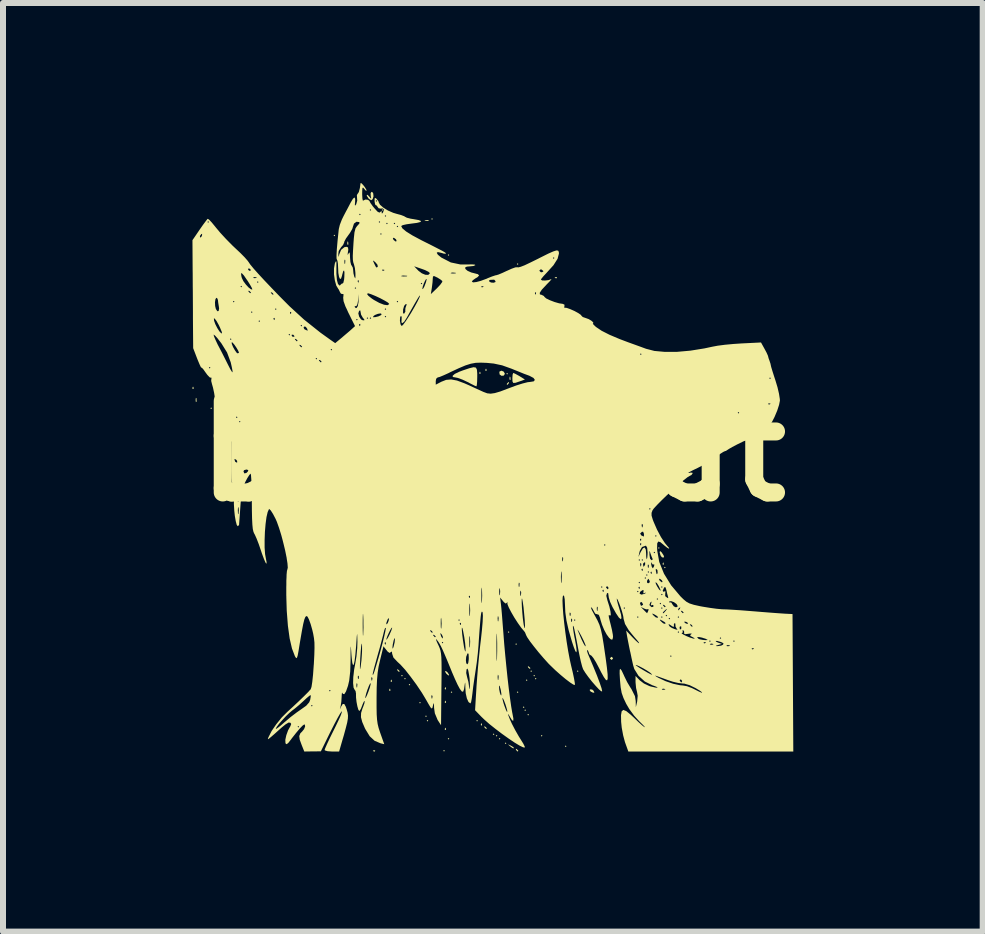
<source format=kicad_pcb>
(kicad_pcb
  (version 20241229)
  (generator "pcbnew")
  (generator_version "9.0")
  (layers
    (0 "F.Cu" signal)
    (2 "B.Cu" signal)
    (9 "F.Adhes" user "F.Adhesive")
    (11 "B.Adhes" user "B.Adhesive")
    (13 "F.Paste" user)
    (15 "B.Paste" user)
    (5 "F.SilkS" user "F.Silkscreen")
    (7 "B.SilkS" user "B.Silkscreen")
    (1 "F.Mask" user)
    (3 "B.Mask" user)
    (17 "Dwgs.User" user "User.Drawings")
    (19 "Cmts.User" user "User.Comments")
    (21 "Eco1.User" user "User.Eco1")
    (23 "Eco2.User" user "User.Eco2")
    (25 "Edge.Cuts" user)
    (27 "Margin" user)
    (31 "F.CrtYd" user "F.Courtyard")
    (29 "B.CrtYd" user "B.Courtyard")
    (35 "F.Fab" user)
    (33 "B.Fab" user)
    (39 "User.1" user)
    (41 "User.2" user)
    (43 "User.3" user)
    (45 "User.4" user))
  (footprint "blackout"
    (layer "F.Cu")
    (at 5.16 4.464)
    (property "Reference" "blackout" (at 0 0 0) (layer "F.SilkS") (effects (font (size 1.524 1.524) (thickness 0.3))))
    (attr board_only exclude_from_pos_files exclude_from_bom)
    (fp_poly (pts (xy -4.68 -0.713) (xy -4.692 -0.701) (xy -4.705 -0.713) (xy -4.692 -0.726)) (stroke (width 0) (type solid)) (fill yes) (layer "F.SilkS"))
    (fp_poly (pts (xy -2.628 -3.591) (xy -2.64 -3.579) (xy -2.653 -3.591) (xy -2.64 -3.604)) (stroke (width 0) (type solid)) (fill yes) (layer "F.SilkS"))
    (fp_poly (pts (xy -1.827 -4.016) (xy -1.839 -4.004) (xy -1.852 -4.016) (xy -1.839 -4.029)) (stroke (width 0) (type solid)) (fill yes) (layer "F.SilkS"))
    (fp_poly (pts (xy -1.501 3.741) (xy -1.514 3.754) (xy -1.527 3.741) (xy -1.514 3.729)) (stroke (width 0) (type solid)) (fill yes) (layer "F.SilkS"))
    (fp_poly (pts (xy -1.451 3.791) (xy -1.464 3.804) (xy -1.476 3.791) (xy -1.464 3.779)) (stroke (width 0) (type solid)) (fill yes) (layer "F.SilkS"))
    (fp_poly (pts (xy -1.376 3.891) (xy -1.389 3.904) (xy -1.401 3.891) (xy -1.389 3.879)) (stroke (width 0) (type solid)) (fill yes) (layer "F.SilkS"))
    (fp_poly (pts (xy -1.201 4.192) (xy -1.214 4.204) (xy -1.226 4.192) (xy -1.214 4.179)) (stroke (width 0) (type solid)) (fill yes) (layer "F.SilkS"))
    (fp_poly (pts (xy -1.101 4.417) (xy -1.114 4.429) (xy -1.126 4.417) (xy -1.114 4.404)) (stroke (width 0) (type solid)) (fill yes) (layer "F.SilkS"))
    (fp_poly (pts (xy -1.076 4.492) (xy -1.089 4.504) (xy -1.101 4.492) (xy -1.089 4.479)) (stroke (width 0) (type solid)) (fill yes) (layer "F.SilkS"))
    (fp_poly (pts (xy -1.001 -3.866) (xy -1.013 -3.854) (xy -1.026 -3.866) (xy -1.013 -3.879)) (stroke (width 0) (type solid)) (fill yes) (layer "F.SilkS"))
    (fp_poly (pts (xy -0.801 4.992) (xy -0.813 5.005) (xy -0.826 4.992) (xy -0.813 4.98)) (stroke (width 0) (type solid)) (fill yes) (layer "F.SilkS"))
    (fp_poly (pts (xy -0.726 -3.266) (xy -0.738 -3.253) (xy -0.751 -3.266) (xy -0.738 -3.278)) (stroke (width 0) (type solid)) (fill yes) (layer "F.SilkS"))
    (fp_poly (pts (xy -0.726 4.792) (xy -0.738 4.805) (xy -0.751 4.792) (xy -0.738 4.78)) (stroke (width 0) (type solid)) (fill yes) (layer "F.SilkS"))
    (fp_poly (pts (xy -0.676 4.016) (xy -0.688 4.029) (xy -0.701 4.016) (xy -0.688 4.004)) (stroke (width 0) (type solid)) (fill yes) (layer "F.SilkS"))
    (fp_poly (pts (xy -0.25 4.492) (xy -0.263 4.504) (xy -0.275 4.492) (xy -0.263 4.479)) (stroke (width 0) (type solid)) (fill yes) (layer "F.SilkS"))
    (fp_poly (pts (xy 0.025 4.717) (xy 0.013 4.73) (xy 0 4.717) (xy 0.013 4.705)) (stroke (width 0) (type solid)) (fill yes) (layer "F.SilkS"))
    (fp_poly (pts (xy 0.075 4.742) (xy 0.063 4.755) (xy 0.05 4.742) (xy 0.063 4.73)) (stroke (width 0) (type solid)) (fill yes) (layer "F.SilkS"))
    (fp_poly (pts (xy 0.125 4.792) (xy 0.113 4.805) (xy 0.1 4.792) (xy 0.113 4.78)) (stroke (width 0) (type solid)) (fill yes) (layer "F.SilkS"))
    (fp_poly (pts (xy 0.225 4.867) (xy 0.213 4.88) (xy 0.2 4.867) (xy 0.213 4.855)) (stroke (width 0) (type solid)) (fill yes) (layer "F.SilkS"))
    (fp_poly (pts (xy 0.25 -1.289) (xy 0.238 -1.276) (xy 0.225 -1.289) (xy 0.238 -1.301)) (stroke (width 0) (type solid)) (fill yes) (layer "F.SilkS"))
    (fp_poly (pts (xy 0.275 3.015) (xy 0.263 3.028) (xy 0.25 3.015) (xy 0.263 3.003)) (stroke (width 0) (type solid)) (fill yes) (layer "F.SilkS"))
    (fp_poly (pts (xy 0.4 3.216) (xy 0.388 3.228) (xy 0.375 3.216) (xy 0.388 3.203)) (stroke (width 0) (type solid)) (fill yes) (layer "F.SilkS"))
    (fp_poly (pts (xy 0.425 -3.116) (xy 0.413 -3.103) (xy 0.4 -3.116) (xy 0.413 -3.128)) (stroke (width 0) (type solid)) (fill yes) (layer "F.SilkS"))
    (fp_poly (pts (xy 0.425 4.016) (xy 0.413 4.029) (xy 0.4 4.016) (xy 0.413 4.004)) (stroke (width 0) (type solid)) (fill yes) (layer "F.SilkS"))
    (fp_poly (pts (xy 0.526 4.267) (xy 0.513 4.279) (xy 0.5 4.267) (xy 0.513 4.254)) (stroke (width 0) (type solid)) (fill yes) (layer "F.SilkS"))
    (fp_poly (pts (xy 0.551 4.317) (xy 0.538 4.329) (xy 0.526 4.317) (xy 0.538 4.304)) (stroke (width 0) (type solid)) (fill yes) (layer "F.SilkS"))
    (fp_poly (pts (xy 0.576 3.816) (xy 0.563 3.829) (xy 0.551 3.816) (xy 0.563 3.804)) (stroke (width 0) (type solid)) (fill yes) (layer "F.SilkS"))
    (fp_poly (pts (xy 0.601 4.392) (xy 0.588 4.404) (xy 0.576 4.392) (xy 0.588 4.379)) (stroke (width 0) (type solid)) (fill yes) (layer "F.SilkS"))
    (fp_poly (pts (xy 0.651 3.666) (xy 0.638 3.679) (xy 0.626 3.666) (xy 0.638 3.654)) (stroke (width 0) (type solid)) (fill yes) (layer "F.SilkS"))
    (fp_poly (pts (xy 0.701 3.741) (xy 0.688 3.754) (xy 0.676 3.741) (xy 0.688 3.729)) (stroke (width 0) (type solid)) (fill yes) (layer "F.SilkS"))
    (fp_poly (pts (xy 0.726 3.791) (xy 0.713 3.804) (xy 0.701 3.791) (xy 0.713 3.779)) (stroke (width 0) (type solid)) (fill yes) (layer "F.SilkS"))
    (fp_poly (pts (xy 0.826 4.742) (xy 0.813 4.755) (xy 0.801 4.742) (xy 0.813 4.73)) (stroke (width 0) (type solid)) (fill yes) (layer "F.SilkS"))
    (fp_poly (pts (xy 1.226 4.917) (xy 1.214 4.93) (xy 1.201 4.917) (xy 1.214 4.905)) (stroke (width 0) (type solid)) (fill yes) (layer "F.SilkS"))
    (fp_poly (pts (xy 1.426 3.666) (xy 1.414 3.679) (xy 1.401 3.666) (xy 1.414 3.654)) (stroke (width 0) (type solid)) (fill yes) (layer "F.SilkS"))
    (fp_poly (pts (xy 2.778 1.614) (xy 2.765 1.627) (xy 2.753 1.614) (xy 2.765 1.602)) (stroke (width 0) (type solid)) (fill yes) (layer "F.SilkS"))
    (fp_poly (pts (xy 2.878 1.939) (xy 2.865 1.952) (xy 2.853 1.939) (xy 2.865 1.927)) (stroke (width 0) (type solid)) (fill yes) (layer "F.SilkS"))
    (fp_poly (pts (xy -4.988 -1.068) (xy -4.985 -1.038) (xy -4.988 -1.034) (xy -5.003 -1.038) (xy -5.005 -1.051) (xy -4.996 -1.072)) (stroke (width 0) (type solid)) (fill yes) (layer "F.SilkS"))
    (fp_poly (pts (xy -4.938 -0.882) (xy -4.935 -0.831) (xy -4.938 -0.82) (xy -4.947 -0.816) (xy -4.951 -0.851) (xy -4.947 -0.886)) (stroke (width 0) (type solid)) (fill yes) (layer "F.SilkS"))
    (fp_poly (pts (xy -2.41 -3.483) (xy -2.407 -3.444) (xy -2.412 -3.435) (xy -2.424 -3.443) (xy -2.425 -3.468) (xy -2.419 -3.495)) (stroke (width 0) (type solid)) (fill yes) (layer "F.SilkS"))
    (fp_poly (pts (xy -1.96 4.988) (xy -1.964 5.003) (xy -1.977 5.005) (xy -1.998 4.996) (xy -1.994 4.988) (xy -1.964 4.985)) (stroke (width 0) (type solid)) (fill yes) (layer "F.SilkS"))
    (fp_poly (pts (xy -1.71 3.962) (xy -1.707 3.992) (xy -1.71 3.996) (xy -1.725 3.992) (xy -1.727 3.979) (xy -1.718 3.958)) (stroke (width 0) (type solid)) (fill yes) (layer "F.SilkS"))
    (fp_poly (pts (xy -1.685 3.812) (xy -1.682 3.842) (xy -1.685 3.845) (xy -1.7 3.842) (xy -1.702 3.829) (xy -1.693 3.808)) (stroke (width 0) (type solid)) (fill yes) (layer "F.SilkS"))
    (fp_poly (pts (xy -1.07 -3.845) (xy -1.067 -3.836) (xy -1.101 -3.833) (xy -1.137 -3.837) (xy -1.132 -3.845) (xy -1.081 -3.849)) (stroke (width 0) (type solid)) (fill yes) (layer "F.SilkS"))
    (fp_poly (pts (xy -0.784 3.937) (xy -0.781 3.967) (xy -0.784 3.971) (xy -0.799 3.967) (xy -0.801 3.954) (xy -0.792 3.933)) (stroke (width 0) (type solid)) (fill yes) (layer "F.SilkS"))
    (fp_poly (pts (xy -0.784 4.162) (xy -0.781 4.192) (xy -0.784 4.196) (xy -0.799 4.192) (xy -0.801 4.179) (xy -0.792 4.159)) (stroke (width 0) (type solid)) (fill yes) (layer "F.SilkS"))
    (fp_poly (pts (xy -0.784 4.613) (xy -0.781 4.643) (xy -0.784 4.646) (xy -0.799 4.643) (xy -0.801 4.63) (xy -0.792 4.609)) (stroke (width 0) (type solid)) (fill yes) (layer "F.SilkS"))
    (fp_poly (pts (xy -0.209 -1.318) (xy -0.206 -1.288) (xy -0.209 -1.285) (xy -0.223 -1.288) (xy -0.225 -1.301) (xy -0.216 -1.322)) (stroke (width 0) (type solid)) (fill yes) (layer "F.SilkS"))
    (fp_poly (pts (xy -0.184 4.538) (xy -0.181 4.567) (xy -0.184 4.571) (xy -0.198 4.568) (xy -0.2 4.554) (xy -0.191 4.534)) (stroke (width 0) (type solid)) (fill yes) (layer "F.SilkS"))
    (fp_poly (pts (xy -0.108 -1.368) (xy -0.105 -1.338) (xy -0.108 -1.335) (xy -0.123 -1.338) (xy -0.125 -1.351) (xy -0.116 -1.372)) (stroke (width 0) (type solid)) (fill yes) (layer "F.SilkS"))
    (fp_poly (pts (xy 0.292 -1.231) (xy 0.295 -1.192) (xy 0.29 -1.183) (xy 0.279 -1.19) (xy 0.277 -1.216) (xy 0.283 -1.242)) (stroke (width 0) (type solid)) (fill yes) (layer "F.SilkS"))
    (fp_poly (pts (xy 1.068 -2.895) (xy 1.064 -2.88) (xy 1.051 -2.878) (xy 1.03 -2.887) (xy 1.034 -2.895) (xy 1.064 -2.898)) (stroke (width 0) (type solid)) (fill yes) (layer "F.SilkS"))
    (fp_poly (pts (xy 2.844 1.86) (xy 2.847 1.89) (xy 2.844 1.894) (xy 2.83 1.89) (xy 2.828 1.877) (xy 2.837 1.856)) (stroke (width 0) (type solid)) (fill yes) (layer "F.SilkS"))
    (fp_poly (pts (xy -1.58 3.639) (xy -1.554 3.664) (xy -1.559 3.678) (xy -1.563 3.679) (xy -1.584 3.661) (xy -1.591 3.65) (xy -1.594 3.633)) (stroke (width 0) (type solid)) (fill yes) (layer "F.SilkS"))
    (fp_poly (pts (xy -0.772 3.671) (xy -0.751 3.691) (xy -0.728 3.73) (xy -0.739 3.739) (xy -0.772 3.712) (xy -0.795 3.677) (xy -0.794 3.664)) (stroke (width 0) (type solid)) (fill yes) (layer "F.SilkS"))
    (fp_poly (pts (xy -0.129 4.59) (xy -0.102 4.615) (xy -0.108 4.629) (xy -0.111 4.63) (xy -0.132 4.612) (xy -0.14 4.601) (xy -0.143 4.584)) (stroke (width 0) (type solid)) (fill yes) (layer "F.SilkS"))
    (fp_poly (pts (xy 0.397 4.965) (xy 0.423 4.99) (xy 0.418 5.005) (xy 0.414 5.005) (xy 0.393 4.987) (xy 0.385 4.976) (xy 0.383 4.959)) (stroke (width 0) (type solid)) (fill yes) (layer "F.SilkS"))
    (fp_poly (pts (xy 0.597 3.589) (xy 0.623 3.612) (xy 0.626 3.618) (xy 0.614 3.628) (xy 0.589 3.605) (xy 0.586 3.6) (xy 0.583 3.583)) (stroke (width 0) (type solid)) (fill yes) (layer "F.SilkS"))
    (fp_poly (pts (xy 1.655 3.973) (xy 1.677 3.992) (xy 1.692 4.022) (xy 1.671 4.026) (xy 1.63 4.007) (xy 1.612 3.981) (xy 1.621 3.97)) (stroke (width 0) (type solid)) (fill yes) (layer "F.SilkS"))
    (fp_poly (pts (xy 0.263 4.89) (xy 0.294 4.904) (xy 0.337 4.929) (xy 0.35 4.943) (xy 0.342 4.954) (xy 0.312 4.936) (xy 0.286 4.916) (xy 0.254 4.889)) (stroke (width 0) (type solid)) (fill yes) (layer "F.SilkS"))
    (fp_poly (pts (xy 0.267 -1.135) (xy 0.263 -1.126) (xy 0.239 -1.102) (xy 0.235 -1.101) (xy 0.233 -1.117) (xy 0.238 -1.126) (xy 0.261 -1.15) (xy 0.266 -1.151)) (stroke (width 0) (type solid)) (fill yes) (layer "F.SilkS"))
    (fp_poly (pts (xy 2.001 3.447) (xy 2.002 3.453) (xy 1.983 3.478) (xy 1.977 3.478) (xy 1.953 3.459) (xy 1.952 3.453) (xy 1.971 3.429) (xy 1.977 3.428)) (stroke (width 0) (type solid)) (fill yes) (layer "F.SilkS"))
    (fp_poly (pts (xy 0.18 -1.324) (xy 0.2 -1.289) (xy 0.2 -1.286) (xy 0.182 -1.257) (xy 0.144 -1.254) (xy 0.113 -1.276) (xy 0.108 -1.318) (xy 0.112 -1.325) (xy 0.143 -1.339)) (stroke (width 0) (type solid)) (fill yes) (layer "F.SilkS"))
    (fp_poly (pts (xy 2.812 1.687) (xy 2.814 1.691) (xy 2.843 1.735) (xy 2.852 1.758) (xy 2.84 1.777) (xy 2.813 1.766) (xy 2.793 1.737) (xy 2.778 1.683) (xy 2.785 1.665)) (stroke (width 0) (type solid)) (fill yes) (layer "F.SilkS"))
    (fp_poly (pts (xy 0.37 -1.289) (xy 0.425 -1.259) (xy 0.446 -1.247) (xy 0.534 -1.192) (xy 0.448 -1.161) (xy 0.377 -1.137) (xy 0.34 -1.135) (xy 0.327 -1.16) (xy 0.325 -1.214) (xy 0.329 -1.272) (xy 0.339 -1.301) (xy 0.341 -1.301)) (stroke (width 0) (type solid)) (fill yes) (layer "F.SilkS"))
    (fp_poly (pts (xy -2 -4.307) (xy -1.993 -4.292) (xy -1.988 -4.243) (xy -2.002 -4.197) (xy -2.025 -4.179) (xy -2.055 -4.195) (xy -2.072 -4.209) (xy -2.098 -4.25) (xy -2.101 -4.265) (xy -2.088 -4.269) (xy -2.061 -4.242) (xy -2.032 -4.208) (xy -2.027 -4.215) (xy -2.034 -4.248) (xy -2.036 -4.296) (xy -2.021 -4.319)) (stroke (width 0) (type solid)) (fill yes) (layer "F.SilkS"))
    (fp_poly (pts (xy -0.282 -1.39) (xy -0.265 -1.355) (xy -0.26 -1.289) (xy -0.26 -1.239) (xy -0.262 -1.156) (xy -0.267 -1.098) (xy -0.274 -1.078) (xy -0.302 -1.089) (xy -0.36 -1.118) (xy -0.425 -1.152) (xy -0.508 -1.191) (xy -0.582 -1.218) (xy -0.621 -1.226) (xy -0.667 -1.234) (xy -0.669 -1.255) (xy -0.633 -1.286) (xy -0.56 -1.321) (xy -0.499 -1.344) (xy -0.391 -1.38) (xy -0.321 -1.397)) (stroke (width 0) (type solid)) (fill yes) (layer "F.SilkS"))
    (fp_poly (pts (xy -2.191 -4.463) (xy -2.163 -4.435) (xy -2.131 -4.394) (xy -2.108 -4.355) (xy -2.103 -4.338) (xy -2.116 -4.338) (xy -2.14 -4.365) (xy -2.161 -4.389) (xy -2.172 -4.383) (xy -2.176 -4.34) (xy -2.177 -4.278) (xy -2.173 -4.206) (xy -2.165 -4.171) (xy -2.156 -4.174) (xy -2.124 -4.19) (xy -2.08 -4.186) (xy -2.053 -4.164) (xy -2.052 -4.157) (xy -2.037 -4.13) (xy -2 -4.078) (xy -1.973 -4.045) (xy -1.922 -3.989) (xy -1.89 -3.972) (xy -1.874 -3.983) (xy -1.856 -4.002) (xy -1.852 -3.979) (xy -1.848 -3.954) (xy -1.83 -3.975) (xy -1.828 -3.978) (xy -1.814 -4.023) (xy -1.837 -4.043) (xy -1.865 -4.038) (xy -1.903 -4.045) (xy -1.917 -4.064) (xy -1.938 -4.093) (xy -1.948 -4.094) (xy -1.961 -4.108) (xy -1.97 -4.156) (xy -1.97 -4.159) (xy -1.97 -4.167) (xy -1.952 -4.167) (xy -1.939 -4.154) (xy -1.927 -4.167) (xy -1.939 -4.179) (xy -1.952 -4.167) (xy -1.97 -4.167) (xy -1.97 -4.208) (xy -1.956 -4.216) (xy -1.939 -4.203) (xy -1.907 -4.164) (xy -1.902 -4.145) (xy -1.88 -4.104) (xy -1.824 -4.055) (xy -1.747 -4.007) (xy -1.66 -3.969) (xy -1.603 -3.952) (xy -1.529 -3.932) (xy -1.477 -3.912) (xy -1.463 -3.903) (xy -1.432 -3.887) (xy -1.369 -3.871) (xy -1.325 -3.864) (xy -1.235 -3.848) (xy -1.196 -3.832) (xy -1.206 -3.816) (xy -1.265 -3.801) (xy -1.351 -3.79) (xy -1.437 -3.778) (xy -1.5 -3.764) (xy -1.526 -3.749) (xy -1.527 -3.748) (xy -1.507 -3.71) (xy -1.445 -3.658) (xy -1.341 -3.593) (xy -1.192 -3.513) (xy -1.164 -3.499) (xy -1.022 -3.428) (xy -0.919 -3.375) (xy -0.849 -3.339) (xy -0.807 -3.315) (xy -0.786 -3.3) (xy -0.781 -3.291) (xy -0.783 -3.288) (xy -0.812 -3.288) (xy -0.859 -3.302) (xy -0.916 -3.315) (xy -0.935 -3.303) (xy -0.916 -3.271) (xy -0.86 -3.225) (xy -0.857 -3.223) (xy -0.7 -3.142) (xy -0.538 -3.108) (xy -0.424 -3.108) (xy -0.349 -3.11) (xy -0.301 -3.106) (xy -0.291 -3.098) (xy -0.322 -3.083) (xy -0.373 -3.078) (xy -0.429 -3.073) (xy -0.458 -3.063) (xy -0.459 -3.035) (xy -0.422 -3.003) (xy -0.36 -2.975) (xy -0.316 -2.964) (xy -0.248 -2.946) (xy -0.229 -2.924) (xy -0.258 -2.895) (xy -0.288 -2.878) (xy -0.333 -2.846) (xy -0.35 -2.822) (xy -0.329 -2.81) (xy -0.274 -2.816) (xy -0.195 -2.837) (xy -0.186 -2.841) (xy -0.065 -2.841) (xy -0.063 -2.828) (xy -0.032 -2.808) (xy 0.01 -2.804) (xy 0.041 -2.814) (xy 0.045 -2.83) (xy 0.024 -2.854) (xy 0.018 -2.855) (xy -0.021 -2.853) (xy -0.039 -2.853) (xy -0.065 -2.841) (xy -0.186 -2.841) (xy -0.104 -2.871) (xy -0.083 -2.881) (xy -0.012 -2.909) (xy 0.042 -2.927) (xy 0.055 -2.929) (xy 0.093 -2.94) (xy 0.16 -2.968) (xy 0.235 -3.003) (xy 0.236 -3.003) (xy 0.776 -3.003) (xy 0.796 -2.981) (xy 0.815 -2.978) (xy 0.841 -2.99) (xy 0.838 -3.003) (xy 0.806 -3.027) (xy 0.799 -3.028) (xy 0.776 -3.009) (xy 0.776 -3.003) (xy 0.236 -3.003) (xy 0.314 -3.038) (xy 0.375 -3.06) (xy 0.405 -3.062) (xy 0.426 -3.06) (xy 0.465 -3.07) (xy 0.529 -3.095) (xy 0.622 -3.139) (xy 0.752 -3.203) (xy 0.777 -3.216) (xy 1.001 -3.216) (xy 1.013 -3.203) (xy 1.026 -3.216) (xy 1.013 -3.228) (xy 1.001 -3.216) (xy 0.777 -3.216) (xy 0.801 -3.228) (xy 0.921 -3.288) (xy 1.005 -3.325) (xy 1.058 -3.342) (xy 1.087 -3.339) (xy 1.099 -3.318) (xy 1.101 -3.29) (xy 1.078 -3.203) (xy 1.01 -3.096) (xy 0.896 -2.97) (xy 0.843 -2.913) (xy 0.808 -2.87) (xy 0.801 -2.855) (xy 0.822 -2.842) (xy 0.871 -2.841) (xy 0.928 -2.848) (xy 0.973 -2.864) (xy 0.974 -2.864) (xy 0.974 -2.858) (xy 0.945 -2.825) (xy 0.892 -2.771) (xy 0.891 -2.769) (xy 0.816 -2.689) (xy 0.781 -2.636) (xy 0.784 -2.609) (xy 0.811 -2.603) (xy 0.85 -2.583) (xy 0.859 -2.569) (xy 0.888 -2.543) (xy 0.95 -2.513) (xy 1.028 -2.483) (xy 1.105 -2.461) (xy 1.165 -2.452) (xy 1.194 -2.438) (xy 1.192 -2.414) (xy 1.189 -2.387) (xy 1.198 -2.388) (xy 1.231 -2.385) (xy 1.29 -2.364) (xy 1.36 -2.333) (xy 1.424 -2.298) (xy 1.467 -2.268) (xy 1.476 -2.254) (xy 1.498 -2.233) (xy 1.55 -2.215) (xy 1.55 -2.215) (xy 1.597 -2.198) (xy 1.642 -2.171) (xy 1.671 -2.145) (xy 1.674 -2.129) (xy 1.665 -2.127) (xy 1.671 -2.113) (xy 1.706 -2.078) (xy 1.723 -2.064) (xy 1.812 -2.004) (xy 1.944 -1.937) (xy 2.112 -1.866) (xy 2.252 -1.813) (xy 2.363 -1.773) (xy 2.479 -1.731) (xy 2.552 -1.704) (xy 2.691 -1.668) (xy 2.867 -1.652) (xy 3.071 -1.653) (xy 3.293 -1.673) (xy 3.523 -1.71) (xy 3.654 -1.738) (xy 3.744 -1.755) (xy 3.867 -1.771) (xy 4.008 -1.784) (xy 4.142 -1.793) (xy 4.467 -1.809) (xy 4.524 -1.706) (xy 4.559 -1.641) (xy 4.58 -1.594) (xy 4.584 -1.583) (xy 4.593 -1.547) (xy 4.608 -1.506) (xy 4.625 -1.455) (xy 4.63 -1.43) (xy 4.637 -1.4) (xy 4.657 -1.333) (xy 4.686 -1.242) (xy 4.708 -1.175) (xy 4.742 -1.062) (xy 4.767 -0.954) (xy 4.78 -0.87) (xy 4.782 -0.84) (xy 4.768 -0.77) (xy 4.737 -0.674) (xy 4.695 -0.574) (xy 4.691 -0.565) (xy 4.653 -0.491) (xy 4.615 -0.432) (xy 4.572 -0.383) (xy 4.513 -0.337) (xy 4.433 -0.289) (xy 4.322 -0.232) (xy 4.174 -0.161) (xy 4.169 -0.159) (xy 4.071 -0.111) (xy 3.989 -0.068) (xy 3.935 -0.037) (xy 3.92 -0.027) (xy 3.882 -0.002) (xy 3.87 0) (xy 3.839 0.014) (xy 3.781 0.051) (xy 3.71 0.102) (xy 3.611 0.17) (xy 3.495 0.238) (xy 3.414 0.28) (xy 3.335 0.318) (xy 3.278 0.348) (xy 3.253 0.364) (xy 3.253 0.364) (xy 3.272 0.365) (xy 3.291 0.359) (xy 3.323 0.36) (xy 3.328 0.371) (xy 3.308 0.399) (xy 3.282 0.412) (xy 3.243 0.435) (xy 3.177 0.487) (xy 3.093 0.559) (xy 2.999 0.644) (xy 2.902 0.733) (xy 2.811 0.821) (xy 2.735 0.898) (xy 2.681 0.957) (xy 2.66 0.986) (xy 2.644 1.029) (xy 2.644 1.075) (xy 2.664 1.142) (xy 2.679 1.181) (xy 2.736 1.311) (xy 2.801 1.433) (xy 2.866 1.532) (xy 2.905 1.579) (xy 2.937 1.616) (xy 2.934 1.626) (xy 2.905 1.611) (xy 2.858 1.574) (xy 2.847 1.564) (xy 2.79 1.517) (xy 2.755 1.507) (xy 2.738 1.538) (xy 2.736 1.613) (xy 2.738 1.658) (xy 2.772 1.847) (xy 2.851 2.043) (xy 2.97 2.236) (xy 3.126 2.421) (xy 3.175 2.469) (xy 3.223 2.509) (xy 3.276 2.538) (xy 3.348 2.561) (xy 3.451 2.584) (xy 3.5 2.593) (xy 3.617 2.612) (xy 3.727 2.627) (xy 3.814 2.635) (xy 3.841 2.636) (xy 3.901 2.638) (xy 3.999 2.644) (xy 4.124 2.652) (xy 4.265 2.663) (xy 4.342 2.669) (xy 4.489 2.681) (xy 4.629 2.692) (xy 4.75 2.701) (xy 4.839 2.707) (xy 4.867 2.709) (xy 4.992 2.715) (xy 5.005 5.005) (xy 2.257 5.005) (xy 2.201 4.849) (xy 2.171 4.737) (xy 2.147 4.608) (xy 2.137 4.51) (xy 2.135 4.4) (xy 2.146 4.335) (xy 2.174 4.312) (xy 2.223 4.332) (xy 2.298 4.393) (xy 2.354 4.445) (xy 2.426 4.514) (xy 2.486 4.568) (xy 2.524 4.598) (xy 2.53 4.601) (xy 2.527 4.59) (xy 2.493 4.554) (xy 2.437 4.499) (xy 2.433 4.495) (xy 2.354 4.408) (xy 2.274 4.299) (xy 2.222 4.211) (xy 2.176 4.114) (xy 2.146 4.029) (xy 2.129 3.935) (xy 2.118 3.817) (xy 2.112 3.706) (xy 2.113 3.644) (xy 2.124 3.628) (xy 2.146 3.657) (xy 2.181 3.731) (xy 2.191 3.754) (xy 2.237 3.848) (xy 2.293 3.942) (xy 2.308 3.964) (xy 2.367 4.082) (xy 2.38 4.164) (xy 2.382 4.267) (xy 2.404 4.173) (xy 2.413 4.076) (xy 2.402 4.015) (xy 2.392 3.973) (xy 2.814 3.973) (xy 2.838 3.977) (xy 2.871 3.972) (xy 2.871 3.964) (xy 2.838 3.958) (xy 2.823 3.962) (xy 2.814 3.973) (xy 2.392 3.973) (xy 2.386 3.947) (xy 2.378 3.863) (xy 2.377 3.848) (xy 2.377 3.746) (xy 2.447 3.819) (xy 2.517 3.872) (xy 2.606 3.914) (xy 2.628 3.921) (xy 2.706 3.939) (xy 2.743 3.942) (xy 2.737 3.932) (xy 2.686 3.911) (xy 2.661 3.903) (xy 2.532 3.839) (xy 2.427 3.744) (xy 2.426 3.743) (xy 2.704 3.743) (xy 2.731 3.762) (xy 2.762 3.779) (xy 2.877 3.833) (xy 3.003 3.876) (xy 3.119 3.901) (xy 3.166 3.905) (xy 3.233 3.917) (xy 3.316 3.948) (xy 3.353 3.966) (xy 3.437 4.008) (xy 3.481 4.026) (xy 3.485 4.019) (xy 3.446 3.99) (xy 3.378 3.949) (xy 3.278 3.9) (xy 3.19 3.874) (xy 3.159 3.872) (xy 3.092 3.864) (xy 3.001 3.843) (xy 2.927 3.819) (xy 3.112 3.819) (xy 3.116 3.829) (xy 3.138 3.853) (xy 3.142 3.854) (xy 3.153 3.834) (xy 3.153 3.829) (xy 3.134 3.805) (xy 3.127 3.804) (xy 3.112 3.819) (xy 2.927 3.819) (xy 2.921 3.817) (xy 2.833 3.785) (xy 2.757 3.758) (xy 2.715 3.743) (xy 2.704 3.743) (xy 2.426 3.743) (xy 2.356 3.63) (xy 2.337 3.568) (xy 2.336 3.563) (xy 2.377 3.563) (xy 2.397 3.58) (xy 2.446 3.613) (xy 2.511 3.652) (xy 2.576 3.69) (xy 2.629 3.718) (xy 2.653 3.727) (xy 2.645 3.714) (xy 2.615 3.688) (xy 2.567 3.656) (xy 2.504 3.619) (xy 2.443 3.587) (xy 2.396 3.566) (xy 2.377 3.563) (xy 2.336 3.563) (xy 2.326 3.518) (xy 2.308 3.437) (xy 2.304 3.416) (xy 2.953 3.416) (xy 2.965 3.428) (xy 2.978 3.416) (xy 2.965 3.403) (xy 2.953 3.416) (xy 2.304 3.416) (xy 2.288 3.341) (xy 2.287 3.341) (xy 2.276 3.287) (xy 4.313 3.287) (xy 4.316 3.301) (xy 4.329 3.303) (xy 4.35 3.294) (xy 4.346 3.287) (xy 4.316 3.284) (xy 4.313 3.287) (xy 2.276 3.287) (xy 2.266 3.238) (xy 2.263 3.222) (xy 3.614 3.222) (xy 3.639 3.226) (xy 3.671 3.222) (xy 3.672 3.213) (xy 3.638 3.207) (xy 3.624 3.211) (xy 3.614 3.222) (xy 2.263 3.222) (xy 2.247 3.142) (xy 2.235 3.078) (xy 2.221 2.99) (xy 2.321 3.097) (xy 2.377 3.154) (xy 2.42 3.193) (xy 2.437 3.203) (xy 2.431 3.187) (xy 2.431 3.186) (xy 3.512 3.186) (xy 3.515 3.201) (xy 3.528 3.203) (xy 3.549 3.194) (xy 3.545 3.186) (xy 3.515 3.183) (xy 3.512 3.186) (xy 2.431 3.186) (xy 2.415 3.166) (xy 3.604 3.166) (xy 3.616 3.178) (xy 3.629 3.166) (xy 3.626 3.163) (xy 3.711 3.163) (xy 3.722 3.177) (xy 3.758 3.193) (xy 3.816 3.212) (xy 3.754 3.23) (xy 3.715 3.243) (xy 3.724 3.249) (xy 3.741 3.25) (xy 3.761 3.247) (xy 3.89 3.247) (xy 3.914 3.251) (xy 3.947 3.247) (xy 3.947 3.238) (xy 3.914 3.232) (xy 3.899 3.236) (xy 3.89 3.247) (xy 3.761 3.247) (xy 3.802 3.241) (xy 3.828 3.229) (xy 3.845 3.21) (xy 3.821 3.19) (xy 3.793 3.179) (xy 3.749 3.166) (xy 4.004 3.166) (xy 4.016 3.178) (xy 4.029 3.166) (xy 4.016 3.153) (xy 4.004 3.166) (xy 3.749 3.166) (xy 3.74 3.163) (xy 3.711 3.163) (xy 3.711 3.163) (xy 3.626 3.163) (xy 3.616 3.153) (xy 3.604 3.166) (xy 2.415 3.166) (xy 2.398 3.145) (xy 2.36 3.102) (xy 2.308 3.039) (xy 3.146 3.039) (xy 3.178 3.059) (xy 3.229 3.084) (xy 3.285 3.107) (xy 3.334 3.122) (xy 3.353 3.125) (xy 3.362 3.118) (xy 3.333 3.103) (xy 3.403 3.103) (xy 3.424 3.126) (xy 3.447 3.136) (xy 3.499 3.146) (xy 3.548 3.15) (xy 3.576 3.148) (xy 3.576 3.144) (xy 3.54 3.125) (xy 3.508 3.116) (xy 3.779 3.116) (xy 3.791 3.128) (xy 3.804 3.116) (xy 3.791 3.103) (xy 3.779 3.116) (xy 3.508 3.116) (xy 3.486 3.108) (xy 3.434 3.098) (xy 3.405 3.1) (xy 3.403 3.103) (xy 3.333 3.103) (xy 3.329 3.1) (xy 3.329 3.1) (xy 3.289 3.079) (xy 3.292 3.06) (xy 3.304 3.052) (xy 3.313 3.039) (xy 3.276 3.041) (xy 3.256 3.044) (xy 3.198 3.051) (xy 3.185 3.038) (xy 3.187 3.034) (xy 3.185 2.999) (xy 3.175 2.988) (xy 3.157 2.985) (xy 3.163 2.999) (xy 3.162 3.026) (xy 3.148 3.03) (xy 3.146 3.039) (xy 2.308 3.039) (xy 2.289 3.015) (xy 3.078 3.015) (xy 3.091 3.028) (xy 3.103 3.015) (xy 3.091 3.003) (xy 3.078 3.015) (xy 2.289 3.015) (xy 2.265 2.986) (xy 2.21 2.894) (xy 2.928 2.894) (xy 2.948 2.924) (xy 2.984 2.947) (xy 3.035 2.968) (xy 3.069 2.976) (xy 3.075 2.969) (xy 3.063 2.959) (xy 3.053 2.941) (xy 3.111 2.941) (xy 3.117 2.975) (xy 3.135 2.962) (xy 3.14 2.955) (xy 3.138 2.923) (xy 3.133 2.918) (xy 3.114 2.926) (xy 3.111 2.941) (xy 3.053 2.941) (xy 3.042 2.921) (xy 3.042 2.896) (xy 3.04 2.885) (xy 3.282 2.885) (xy 3.288 2.899) (xy 3.314 2.926) (xy 3.328 2.92) (xy 3.328 2.917) (xy 3.311 2.896) (xy 3.299 2.888) (xy 3.282 2.885) (xy 3.04 2.885) (xy 3.037 2.867) (xy 3.025 2.867) (xy 3.013 2.897) (xy 3.017 2.905) (xy 3.019 2.926) (xy 2.994 2.923) (xy 2.958 2.898) (xy 2.958 2.898) (xy 2.932 2.883) (xy 2.928 2.894) (xy 2.21 2.894) (xy 2.202 2.881) (xy 2.184 2.816) (xy 2.783 2.816) (xy 2.8 2.836) (xy 2.837 2.869) (xy 2.868 2.879) (xy 2.878 2.866) (xy 2.859 2.847) (xy 2.849 2.842) (xy 3.189 2.842) (xy 3.191 2.853) (xy 3.218 2.874) (xy 3.246 2.877) (xy 3.253 2.868) (xy 3.234 2.852) (xy 3.214 2.843) (xy 3.189 2.842) (xy 2.849 2.842) (xy 2.822 2.825) (xy 2.783 2.806) (xy 2.783 2.816) (xy 2.184 2.816) (xy 2.177 2.794) (xy 2.177 2.79) (xy 2.928 2.79) (xy 2.94 2.803) (xy 2.953 2.79) (xy 2.94 2.778) (xy 2.928 2.79) (xy 2.177 2.79) (xy 2.177 2.785) (xy 2.174 2.765) (xy 2.402 2.765) (xy 2.415 2.778) (xy 2.427 2.765) (xy 2.415 2.753) (xy 2.402 2.765) (xy 2.174 2.765) (xy 2.17 2.741) (xy 2.163 2.716) (xy 2.658 2.716) (xy 2.674 2.736) (xy 2.712 2.769) (xy 2.743 2.778) (xy 2.753 2.766) (xy 2.752 2.765) (xy 2.803 2.765) (xy 2.815 2.778) (xy 2.828 2.765) (xy 3.078 2.765) (xy 3.091 2.778) (xy 3.103 2.765) (xy 3.091 2.753) (xy 3.078 2.765) (xy 2.828 2.765) (xy 2.815 2.753) (xy 2.803 2.765) (xy 2.752 2.765) (xy 2.733 2.747) (xy 2.722 2.74) (xy 2.878 2.74) (xy 2.89 2.753) (xy 2.903 2.74) (xy 2.89 2.728) (xy 2.878 2.74) (xy 2.722 2.74) (xy 2.696 2.724) (xy 2.658 2.706) (xy 2.658 2.716) (xy 2.163 2.716) (xy 2.152 2.674) (xy 2.133 2.615) (xy 2.177 2.615) (xy 2.19 2.628) (xy 2.202 2.615) (xy 2.19 2.603) (xy 2.177 2.615) (xy 2.133 2.615) (xy 2.127 2.598) (xy 2.127 2.596) (xy 2.465 2.596) (xy 2.515 2.648) (xy 2.552 2.685) (xy 2.569 2.701) (xy 2.577 2.686) (xy 2.833 2.686) (xy 2.833 2.702) (xy 2.837 2.703) (xy 2.858 2.686) (xy 2.88 2.66) (xy 3.132 2.66) (xy 3.138 2.674) (xy 3.163 2.701) (xy 3.178 2.695) (xy 3.178 2.692) (xy 3.16 2.67) (xy 3.149 2.663) (xy 3.132 2.66) (xy 2.88 2.66) (xy 2.881 2.659) (xy 2.887 2.651) (xy 3.084 2.651) (xy 3.088 2.653) (xy 3.11 2.635) (xy 3.116 2.628) (xy 3.122 2.604) (xy 3.119 2.603) (xy 3.096 2.62) (xy 3.091 2.628) (xy 3.084 2.651) (xy 2.887 2.651) (xy 2.903 2.629) (xy 2.89 2.635) (xy 2.872 2.649) (xy 2.833 2.686) (xy 2.577 2.686) (xy 2.579 2.683) (xy 2.589 2.66) (xy 2.595 2.632) (xy 2.588 2.634) (xy 2.555 2.637) (xy 2.518 2.623) (xy 2.502 2.615) (xy 2.803 2.615) (xy 2.815 2.628) (xy 2.828 2.615) (xy 2.815 2.603) (xy 2.803 2.615) (xy 2.502 2.615) (xy 2.465 2.596) (xy 2.127 2.596) (xy 2.106 2.539) (xy 2.452 2.539) (xy 2.465 2.573) (xy 2.477 2.578) (xy 2.502 2.56) (xy 2.502 2.558) (xy 2.609 2.558) (xy 2.614 2.575) (xy 2.645 2.6) (xy 2.672 2.594) (xy 2.678 2.576) (xy 2.662 2.562) (xy 2.648 2.568) (xy 2.63 2.569) (xy 2.632 2.56) (xy 2.832 2.56) (xy 2.838 2.574) (xy 2.863 2.601) (xy 2.878 2.595) (xy 2.878 2.592) (xy 2.86 2.57) (xy 2.849 2.563) (xy 2.832 2.56) (xy 2.632 2.56) (xy 2.637 2.54) (xy 2.778 2.54) (xy 2.79 2.553) (xy 2.803 2.54) (xy 2.79 2.527) (xy 2.778 2.54) (xy 2.637 2.54) (xy 2.637 2.538) (xy 2.641 2.524) (xy 2.935 2.524) (xy 2.947 2.518) (xy 2.975 2.525) (xy 2.99 2.552) (xy 3.015 2.587) (xy 3.05 2.603) (xy 3.075 2.594) (xy 3.078 2.58) (xy 3.06 2.548) (xy 3.017 2.517) (xy 2.97 2.5) (xy 2.939 2.505) (xy 2.938 2.507) (xy 2.935 2.524) (xy 2.641 2.524) (xy 2.646 2.507) (xy 2.629 2.517) (xy 2.626 2.519) (xy 2.609 2.558) (xy 2.502 2.558) (xy 2.502 2.554) (xy 2.484 2.52) (xy 2.477 2.515) (xy 2.456 2.521) (xy 2.452 2.539) (xy 2.106 2.539) (xy 2.102 2.528) (xy 2.079 2.476) (xy 2.071 2.465) (xy 2.728 2.465) (xy 2.74 2.477) (xy 2.753 2.465) (xy 2.74 2.452) (xy 2.728 2.465) (xy 2.071 2.465) (xy 2.065 2.457) (xy 2.064 2.457) (xy 2.067 2.483) (xy 2.082 2.544) (xy 2.106 2.623) (xy 2.136 2.726) (xy 2.143 2.785) (xy 2.13 2.8) (xy 2.099 2.773) (xy 2.052 2.703) (xy 1.991 2.594) (xy 1.954 2.513) (xy 1.931 2.439) (xy 1.927 2.408) (xy 1.922 2.375) (xy 2.445 2.375) (xy 2.471 2.39) (xy 2.479 2.39) (xy 2.481 2.39) (xy 2.803 2.39) (xy 2.815 2.402) (xy 2.828 2.39) (xy 2.815 2.377) (xy 2.803 2.39) (xy 2.481 2.39) (xy 2.529 2.377) (xy 2.546 2.365) (xy 2.546 2.357) (xy 2.529 2.365) (xy 2.505 2.371) (xy 2.509 2.345) (xy 2.511 2.316) (xy 2.491 2.318) (xy 2.453 2.345) (xy 2.445 2.375) (xy 1.922 2.375) (xy 1.92 2.364) (xy 1.901 2.368) (xy 1.89 2.411) (xy 1.909 2.49) (xy 1.91 2.492) (xy 1.941 2.59) (xy 1.959 2.67) (xy 1.965 2.724) (xy 1.956 2.742) (xy 1.952 2.74) (xy 1.935 2.732) (xy 1.929 2.74) (xy 1.934 2.773) (xy 1.95 2.84) (xy 1.964 2.894) (xy 1.985 2.983) (xy 1.999 3.06) (xy 2.002 3.097) (xy 1.993 3.138) (xy 1.969 3.14) (xy 1.935 3.109) (xy 1.895 3.054) (xy 1.855 2.98) (xy 1.819 2.894) (xy 1.791 2.804) (xy 1.786 2.78) (xy 1.765 2.728) (xy 1.739 2.719) (xy 1.706 2.709) (xy 1.69 2.682) (xy 1.661 2.628) (xy 1.731 2.628) (xy 1.735 2.663) (xy 1.743 2.659) (xy 1.747 2.608) (xy 1.743 2.596) (xy 1.734 2.593) (xy 1.731 2.628) (xy 1.661 2.628) (xy 1.66 2.625) (xy 1.638 2.602) (xy 1.633 2.607) (xy 1.649 2.648) (xy 1.685 2.715) (xy 1.701 2.744) (xy 1.744 2.823) (xy 1.776 2.895) (xy 1.8 2.975) (xy 1.822 3.075) (xy 1.844 3.208) (xy 1.849 3.241) (xy 1.879 3.447) (xy 1.9 3.606) (xy 1.912 3.72) (xy 1.913 3.791) (xy 1.903 3.82) (xy 1.882 3.811) (xy 1.849 3.765) (xy 1.804 3.684) (xy 1.766 3.609) (xy 1.718 3.518) (xy 1.675 3.448) (xy 1.643 3.409) (xy 1.633 3.404) (xy 1.605 3.383) (xy 1.602 3.367) (xy 1.585 3.324) (xy 1.575 3.315) (xy 1.568 3.325) (xy 1.58 3.368) (xy 1.591 3.395) (xy 1.67 3.581) (xy 1.734 3.738) (xy 1.781 3.863) (xy 1.811 3.952) (xy 1.821 4) (xy 1.821 4.003) (xy 1.804 4.001) (xy 1.765 3.967) (xy 1.712 3.91) (xy 1.651 3.84) (xy 1.591 3.764) (xy 1.54 3.693) (xy 1.504 3.635) (xy 1.487 3.587) (xy 1.465 3.503) (xy 1.442 3.397) (xy 1.427 3.322) (xy 1.398 3.167) (xy 1.376 3.055) (xy 1.36 2.98) (xy 1.359 2.973) (xy 1.412 2.973) (xy 1.413 2.983) (xy 1.435 3.038) (xy 1.476 3.134) (xy 1.51 3.204) (xy 1.535 3.246) (xy 1.547 3.253) (xy 1.54 3.222) (xy 1.514 3.161) (xy 1.477 3.086) (xy 1.434 3.007) (xy 1.412 2.973) (xy 1.359 2.973) (xy 1.349 2.935) (xy 1.341 2.914) (xy 1.335 2.911) (xy 1.334 2.912) (xy 1.334 2.939) (xy 1.343 3.004) (xy 1.358 3.093) (xy 1.365 3.125) (xy 1.387 3.246) (xy 1.396 3.323) (xy 1.392 3.353) (xy 1.376 3.336) (xy 1.35 3.272) (xy 1.317 3.173) (xy 1.262 2.981) (xy 1.226 2.821) (xy 1.225 2.813) (xy 1.303 2.813) (xy 1.308 2.846) (xy 1.316 2.846) (xy 1.322 2.815) (xy 1.351 2.815) (xy 1.364 2.828) (xy 1.376 2.815) (xy 1.364 2.803) (xy 1.351 2.815) (xy 1.322 2.815) (xy 1.322 2.813) (xy 1.318 2.798) (xy 1.307 2.789) (xy 1.303 2.813) (xy 1.225 2.813) (xy 1.211 2.713) (xy 1.278 2.713) (xy 1.283 2.746) (xy 1.291 2.746) (xy 1.297 2.712) (xy 1.293 2.698) (xy 1.282 2.688) (xy 1.278 2.713) (xy 1.211 2.713) (xy 1.207 2.68) (xy 1.201 2.549) (xy 1.197 2.468) (xy 1.187 2.416) (xy 1.175 2.402) (xy 1.164 2.426) (xy 1.16 2.491) (xy 1.164 2.59) (xy 1.173 2.715) (xy 1.188 2.86) (xy 1.207 3.015) (xy 1.229 3.174) (xy 1.254 3.328) (xy 1.281 3.471) (xy 1.304 3.575) (xy 1.332 3.692) (xy 1.353 3.791) (xy 1.365 3.862) (xy 1.368 3.895) (xy 1.367 3.896) (xy 1.341 3.89) (xy 1.287 3.855) (xy 1.213 3.799) (xy 1.129 3.729) (xy 1.041 3.651) (xy 0.959 3.572) (xy 0.925 3.538) (xy 0.844 3.448) (xy 0.761 3.351) (xy 0.684 3.255) (xy 0.618 3.169) (xy 0.572 3.101) (xy 0.551 3.06) (xy 0.551 3.057) (xy 0.535 3.019) (xy 0.519 2.998) (xy 0.471 2.941) (xy 0.415 2.862) (xy 0.357 2.772) (xy 0.305 2.682) (xy 0.265 2.605) (xy 0.244 2.553) (xy 0.242 2.54) (xy 0.243 2.513) (xy 0.234 2.525) (xy 0.216 2.541) (xy 0.185 2.518) (xy 0.17 2.5) (xy 0.146 2.47) (xy 0.481 2.47) (xy 0.481 2.524) (xy 0.484 2.602) (xy 0.491 2.692) (xy 0.499 2.782) (xy 0.509 2.859) (xy 0.515 2.9) (xy 0.528 2.947) (xy 0.534 2.947) (xy 0.535 2.902) (xy 0.531 2.815) (xy 0.521 2.704) (xy 0.511 2.601) (xy 0.499 2.517) (xy 0.489 2.465) (xy 0.485 2.454) (xy 0.481 2.47) (xy 0.146 2.47) (xy 0.121 2.44) (xy 0.135 2.553) (xy 0.142 2.618) (xy 0.151 2.721) (xy 0.161 2.849) (xy 0.172 2.99) (xy 0.176 3.04) (xy 0.189 3.21) (xy 0.206 3.396) (xy 0.225 3.589) (xy 0.245 3.781) (xy 0.266 3.962) (xy 0.287 4.124) (xy 0.306 4.257) (xy 0.322 4.352) (xy 0.327 4.376) (xy 0.342 4.456) (xy 0.34 4.493) (xy 0.321 4.485) (xy 0.291 4.438) (xy 0.262 4.389) (xy 0.252 4.38) (xy 0.26 4.408) (xy 0.283 4.467) (xy 0.319 4.546) (xy 0.372 4.648) (xy 0.432 4.753) (xy 0.467 4.809) (xy 0.508 4.875) (xy 0.531 4.922) (xy 0.533 4.939) (xy 0.504 4.935) (xy 0.443 4.905) (xy 0.359 4.854) (xy 0.26 4.787) (xy 0.152 4.71) (xy 0.044 4.628) (xy -0.058 4.547) (xy -0.144 4.471) (xy -0.192 4.425) (xy -0.296 4.317) (xy -0.284 4.111) (xy 0.16 4.111) (xy 0.162 4.138) (xy 0.177 4.196) (xy 0.191 4.239) (xy 0.215 4.304) (xy 0.234 4.343) (xy 0.24 4.347) (xy 0.239 4.32) (xy 0.223 4.262) (xy 0.21 4.22) (xy 0.185 4.154) (xy 0.166 4.116) (xy 0.16 4.111) (xy -0.284 4.111) (xy -0.274 3.954) (xy -0.272 3.916) (xy 0.103 3.916) (xy 0.106 3.97) (xy 0.117 4.025) (xy 0.131 4.064) (xy 0.141 4.071) (xy 0.142 4.043) (xy 0.133 3.985) (xy 0.128 3.964) (xy 0.114 3.915) (xy 0.105 3.906) (xy 0.103 3.916) (xy -0.272 3.916) (xy -0.263 3.796) (xy -0.261 3.766) (xy 0.08 3.766) (xy 0.083 3.809) (xy 0.09 3.813) (xy 0.091 3.81) (xy 0.096 3.761) (xy 0.092 3.735) (xy 0.084 3.725) (xy 0.08 3.758) (xy 0.08 3.766) (xy -0.261 3.766) (xy -0.248 3.608) (xy -0.229 3.41) (xy -0.214 3.266) (xy 0.06 3.266) (xy 0.061 3.38) (xy 0.062 3.459) (xy 0.064 3.498) (xy 0.066 3.494) (xy 0.069 3.461) (xy 0.072 3.338) (xy 0.072 3.199) (xy 0.069 3.085) (xy 0.066 3.042) (xy 0.063 3.045) (xy 0.062 3.092) (xy 0.06 3.177) (xy 0.06 3.266) (xy -0.214 3.266) (xy -0.209 3.222) (xy -0.201 3.158) (xy -0.182 2.983) (xy -0.17 2.844) (xy -0.168 2.79) (xy 0.08 2.79) (xy 0.083 2.833) (xy 0.09 2.837) (xy 0.091 2.835) (xy 0.096 2.785) (xy 0.092 2.759) (xy 0.084 2.749) (xy 0.08 2.782) (xy 0.08 2.79) (xy -0.168 2.79) (xy -0.166 2.745) (xy -0.17 2.69) (xy -0.172 2.684) (xy -0.181 2.674) (xy -0.188 2.68) (xy -0.196 2.709) (xy -0.203 2.764) (xy -0.211 2.852) (xy -0.221 2.976) (xy -0.233 3.143) (xy -0.239 3.241) (xy -0.251 3.376) (xy -0.268 3.523) (xy -0.287 3.653) (xy -0.289 3.666) (xy -0.308 3.791) (xy -0.327 3.924) (xy -0.34 4.035) (xy -0.351 4.12) (xy -0.362 4.18) (xy -0.373 4.204) (xy -0.373 4.204) (xy -0.405 4.181) (xy -0.433 4.12) (xy -0.452 4.033) (xy -0.458 3.942) (xy -0.459 3.878) (xy -0.462 3.855) (xy -0.467 3.877) (xy -0.467 3.879) (xy -0.48 3.967) (xy -0.495 4.008) (xy -0.516 4.006) (xy -0.548 3.964) (xy -0.553 3.956) (xy -0.588 3.891) (xy -0.631 3.798) (xy -0.674 3.698) (xy -0.675 3.697) (xy -0.444 3.697) (xy -0.429 3.765) (xy -0.407 3.846) (xy -0.397 3.918) (xy -0.393 3.965) (xy -0.389 3.963) (xy -0.383 3.929) (xy -0.382 3.869) (xy -0.388 3.783) (xy -0.396 3.729) (xy -0.41 3.653) (xy -0.423 3.623) (xy -0.436 3.634) (xy -0.438 3.638) (xy -0.444 3.697) (xy -0.675 3.697) (xy -0.676 3.694) (xy -0.742 3.532) (xy -0.761 3.486) (xy -0.449 3.486) (xy -0.443 3.535) (xy -0.425 3.553) (xy -0.41 3.531) (xy -0.402 3.475) (xy -0.401 3.447) (xy -0.404 3.384) (xy -0.414 3.366) (xy -0.425 3.378) (xy -0.444 3.427) (xy -0.449 3.486) (xy -0.761 3.486) (xy -0.794 3.408) (xy -0.833 3.318) (xy -0.864 3.253) (xy -0.889 3.208) (xy -0.9 3.191) (xy -0.851 3.191) (xy -0.838 3.203) (xy -0.826 3.191) (xy -0.838 3.178) (xy -0.851 3.191) (xy -0.9 3.191) (xy -0.907 3.179) (xy -0.94 3.136) (xy -0.948 3.137) (xy -0.932 3.18) (xy -0.9 3.248) (xy -0.885 3.284) (xy -0.873 3.322) (xy -0.864 3.37) (xy -0.858 3.433) (xy -0.855 3.52) (xy -0.854 3.637) (xy -0.855 3.79) (xy -0.857 3.96) (xy -0.863 4.567) (xy -0.92 4.479) (xy -0.966 4.369) (xy -0.979 4.279) (xy -0.981 4.216) (xy -0.986 4.198) (xy -0.994 4.224) (xy -0.998 4.242) (xy -1.007 4.278) (xy -1.018 4.289) (xy -1.038 4.27) (xy -1.071 4.215) (xy -1.108 4.15) (xy -1.144 4.089) (xy -1.024 4.089) (xy -1.019 4.122) (xy -1.011 4.122) (xy -1.005 4.089) (xy -1.009 4.074) (xy -1.02 4.065) (xy -1.024 4.089) (xy -1.144 4.089) (xy -1.184 4.023) (xy -1.274 3.889) (xy -1.369 3.76) (xy -1.46 3.644) (xy -1.541 3.555) (xy -1.587 3.513) (xy -1.656 3.44) (xy -1.677 3.378) (xy -1.682 3.339) (xy -1.697 3.347) (xy -1.699 3.349) (xy -1.721 3.363) (xy -1.753 3.34) (xy -1.771 3.317) (xy -1.812 3.266) (xy -1.672 3.266) (xy -1.669 3.293) (xy -1.659 3.274) (xy -1.652 3.253) (xy -1.636 3.185) (xy -1.632 3.141) (xy -1.634 3.113) (xy -1.645 3.132) (xy -1.652 3.153) (xy -1.667 3.222) (xy -1.672 3.266) (xy -1.812 3.266) (xy -1.822 3.252) (xy -1.879 3.484) (xy -1.903 3.59) (xy -1.919 3.693) (xy -1.929 3.804) (xy -1.935 3.939) (xy -1.937 4.109) (xy -1.937 4.117) (xy -1.937 4.271) (xy -1.935 4.387) (xy -1.929 4.475) (xy -1.919 4.546) (xy -1.903 4.612) (xy -1.88 4.683) (xy -1.874 4.7) (xy -1.809 4.883) (xy -1.871 4.868) (xy -1.97 4.826) (xy -2.051 4.751) (xy -2.122 4.635) (xy -2.131 4.618) (xy -2.176 4.513) (xy -2.197 4.433) (xy -2.195 4.363) (xy -2.171 4.285) (xy -2.163 4.267) (xy -2.141 4.206) (xy -2.134 4.167) (xy -2.136 4.162) (xy -2.15 4.176) (xy -2.171 4.223) (xy -2.177 4.24) (xy -2.2 4.298) (xy -2.222 4.328) (xy -2.226 4.329) (xy -2.241 4.307) (xy -2.257 4.251) (xy -2.271 4.178) (xy -2.278 4.115) (xy -2.126 4.115) (xy -2.117 4.109) (xy -2.096 4.066) (xy -2.076 4.016) (xy -2.05 3.942) (xy -2.036 3.886) (xy -2.035 3.867) (xy -2.046 3.874) (xy -2.066 3.915) (xy -2.089 3.975) (xy -2.11 4.039) (xy -2.123 4.092) (xy -2.126 4.115) (xy -2.278 4.115) (xy -2.279 4.105) (xy -2.28 4.047) (xy -2.279 4.044) (xy -2.287 3.997) (xy -2.3 3.98) (xy -2.32 3.942) (xy -2.324 3.904) (xy -2.273 3.904) (xy -2.269 3.939) (xy -2.261 3.935) (xy -2.257 3.884) (xy -2.261 3.873) (xy -2.27 3.869) (xy -2.273 3.904) (xy -2.324 3.904) (xy -2.328 3.866) (xy -2.325 3.764) (xy -2.25 3.764) (xy -2.246 3.797) (xy -2.237 3.797) (xy -2.236 3.789) (xy -2.025 3.789) (xy -2.02 3.822) (xy -2.012 3.822) (xy -2.006 3.788) (xy -2.01 3.774) (xy -2.021 3.765) (xy -2.025 3.789) (xy -2.236 3.789) (xy -2.231 3.763) (xy -2.235 3.749) (xy -2.246 3.74) (xy -2.25 3.764) (xy -2.325 3.764) (xy -2.325 3.763) (xy -2.319 3.716) (xy -2.002 3.716) (xy -1.999 3.731) (xy -1.99 3.717) (xy -1.972 3.669) (xy -1.946 3.583) (xy -1.908 3.456) (xy -1.877 3.347) (xy -1.842 3.216) (xy -1.838 3.203) (xy -1.802 3.203) (xy -1.793 3.224) (xy -1.785 3.22) (xy -1.782 3.19) (xy -1.785 3.186) (xy -1.8 3.19) (xy -1.802 3.203) (xy -1.838 3.203) (xy -1.823 3.141) (xy -1.775 3.141) (xy -1.765 3.136) (xy -1.741 3.097) (xy -1.726 3.067) (xy -1.722 3.06) (xy -0.997 3.06) (xy -0.991 3.074) (xy -0.966 3.101) (xy -0.951 3.096) (xy -0.951 3.092) (xy -0.969 3.071) (xy -0.98 3.063) (xy -0.997 3.06) (xy -1.722 3.06) (xy -1.716 3.045) (xy -0.874 3.045) (xy -0.86 3.09) (xy -0.842 3.118) (xy -0.833 3.119) (xy -0.834 3.091) (xy -0.848 3.061) (xy -0.87 3.032) (xy -0.874 3.045) (xy -1.716 3.045) (xy -1.696 3.001) (xy -1.69 2.985) (xy -1.047 2.985) (xy -1.041 2.999) (xy -1.016 3.026) (xy -1.001 3.02) (xy -1.001 3.017) (xy -1.019 2.996) (xy -1.03 2.988) (xy -1.047 2.985) (xy -1.69 2.985) (xy -1.687 2.975) (xy -0.517 2.975) (xy -0.511 3.049) (xy -0.497 3.159) (xy -0.495 3.169) (xy -0.481 3.259) (xy -0.468 3.318) (xy -0.458 3.34) (xy -0.455 3.333) (xy -0.455 3.279) (xy -0.462 3.195) (xy -0.465 3.178) (xy -0.392 3.178) (xy -0.391 3.247) (xy -0.388 3.277) (xy -0.383 3.264) (xy -0.382 3.259) (xy -0.378 3.172) (xy -0.382 3.097) (xy -0.387 3.078) (xy -0.391 3.103) (xy -0.392 3.168) (xy -0.392 3.178) (xy -0.465 3.178) (xy -0.476 3.1) (xy -0.495 3) (xy -0.508 2.948) (xy -0.516 2.941) (xy -0.517 2.975) (xy -1.687 2.975) (xy -1.679 2.952) (xy -1.677 2.942) (xy -1.687 2.945) (xy -1.708 2.979) (xy -1.734 3.031) (xy -1.758 3.085) (xy -1.773 3.129) (xy -1.775 3.141) (xy -1.823 3.141) (xy -1.813 3.102) (xy -1.793 3.013) (xy -1.783 2.958) (xy -1.784 2.946) (xy -1.795 2.947) (xy -1.809 2.987) (xy -1.813 3.003) (xy -1.827 3.061) (xy -1.851 3.154) (xy -1.882 3.27) (xy -1.917 3.393) (xy -1.949 3.509) (xy -1.976 3.608) (xy -1.994 3.68) (xy -2.002 3.715) (xy -2.002 3.716) (xy -2.319 3.716) (xy -2.311 3.643) (xy -2.308 3.626) (xy -2.214 3.626) (xy -2.211 3.633) (xy -2.202 3.593) (xy -2.202 3.591) (xy -2.189 3.487) (xy -2.181 3.372) (xy -2.179 3.33) (xy -2.179 3.246) (xy -2.182 3.208) (xy -2.187 3.213) (xy -2.194 3.259) (xy -2.201 3.341) (xy -2.209 3.457) (xy -2.209 3.466) (xy -2.214 3.57) (xy -2.214 3.626) (xy -2.308 3.626) (xy -2.292 3.541) (xy -2.272 3.42) (xy -2.259 3.282) (xy -2.256 3.178) (xy -2.258 3.095) (xy -2.26 3.051) (xy -2.262 3.05) (xy -2.267 3.092) (xy -2.273 3.182) (xy -2.277 3.241) (xy -2.29 3.39) (xy -2.303 3.495) (xy -2.316 3.554) (xy -2.329 3.566) (xy -2.341 3.53) (xy -2.351 3.446) (xy -2.355 3.403) (xy -2.361 3.314) (xy -2.365 3.264) (xy -2.368 3.256) (xy -2.369 3.291) (xy -2.37 3.373) (xy -2.37 3.478) (xy -2.376 3.672) (xy -2.393 3.824) (xy -2.413 3.91) (xy -2.446 4.004) (xy -2.474 4.049) (xy -2.498 4.046) (xy -2.508 4.025) (xy -2.514 4.028) (xy -2.518 4.07) (xy -2.519 4.094) (xy -2.524 4.176) (xy -2.535 4.247) (xy -2.537 4.254) (xy -2.548 4.296) (xy -2.543 4.291) (xy -2.529 4.26) (xy -2.501 4.214) (xy -2.475 4.213) (xy -2.449 4.26) (xy -2.432 4.312) (xy -2.419 4.36) (xy -2.413 4.405) (xy -2.415 4.456) (xy -2.426 4.521) (xy -2.449 4.612) (xy -2.483 4.737) (xy -2.505 4.811) (xy -2.561 5.005) (xy -2.682 5.005) (xy -2.752 5) (xy -2.795 4.988) (xy -2.803 4.979) (xy -2.792 4.948) (xy -2.763 4.882) (xy -2.721 4.792) (xy -2.676 4.701) (xy -2.622 4.592) (xy -2.575 4.494) (xy -2.54 4.418) (xy -2.526 4.382) (xy -2.513 4.339) (xy -2.52 4.338) (xy -2.545 4.374) (xy -2.586 4.446) (xy -2.64 4.548) (xy -2.706 4.678) (xy -2.719 4.704) (xy -2.865 5.002) (xy -3.003 5.003) (xy -3.141 5.005) (xy -3.184 4.898) (xy -3.217 4.808) (xy -3.225 4.747) (xy -3.207 4.702) (xy -3.178 4.673) (xy -3.145 4.632) (xy -3.127 4.587) (xy -3.132 4.558) (xy -3.142 4.554) (xy -3.169 4.573) (xy -3.218 4.624) (xy -3.28 4.698) (xy -3.35 4.787) (xy -3.359 4.8) (xy -3.406 4.86) (xy -3.434 4.883) (xy -3.45 4.874) (xy -3.455 4.863) (xy -3.457 4.809) (xy -3.44 4.732) (xy -3.411 4.652) (xy -3.378 4.592) (xy -3.253 4.592) (xy -3.241 4.605) (xy -3.228 4.592) (xy -3.241 4.58) (xy -3.253 4.592) (xy -3.378 4.592) (xy -3.377 4.59) (xy -3.374 4.587) (xy -3.359 4.546) (xy -3.372 4.526) (xy -3.402 4.522) (xy -3.454 4.553) (xy -3.52 4.607) (xy -3.618 4.695) (xy -3.685 4.754) (xy -3.725 4.787) (xy -3.744 4.8) (xy -3.748 4.797) (xy -3.743 4.78) (xy -3.738 4.767) (xy -3.687 4.667) (xy -3.659 4.625) (xy -3.616 4.625) (xy -3.612 4.629) (xy -3.584 4.612) (xy -3.532 4.571) (xy -3.465 4.512) (xy -3.462 4.51) (xy -3.369 4.431) (xy -3.265 4.352) (xy -3.196 4.304) (xy -3.109 4.242) (xy -3.028 4.242) (xy -3.015 4.254) (xy -3.003 4.242) (xy -3.015 4.229) (xy -3.028 4.242) (xy -3.109 4.242) (xy -3.108 4.241) (xy -3.059 4.185) (xy -3.043 4.144) (xy -3.034 4.09) (xy -3.035 4.064) (xy -3.055 4.076) (xy -3.101 4.114) (xy -3.154 4.163) (xy -3.229 4.231) (xy -3.305 4.294) (xy -3.345 4.324) (xy -3.392 4.364) (xy -3.45 4.42) (xy -3.509 4.484) (xy -3.563 4.545) (xy -3.601 4.596) (xy -3.616 4.625) (xy -3.659 4.625) (xy -3.609 4.552) (xy -3.516 4.437) (xy -3.425 4.346) (xy -3.33 4.259) (xy -3.233 4.168) (xy -3.144 4.082) (xy -3.073 4.011) (xy -3.056 3.991) (xy -2.728 3.991) (xy -2.715 4.004) (xy -2.703 3.991) (xy -2.715 3.979) (xy -2.728 3.991) (xy -3.056 3.991) (xy -3.035 3.969) (xy -3.021 3.929) (xy -3.008 3.845) (xy -2.995 3.723) (xy -2.984 3.569) (xy -2.982 3.549) (xy -2.974 3.395) (xy -2.971 3.279) (xy -2.972 3.19) (xy -2.98 3.115) (xy -2.993 3.042) (xy -3.008 2.978) (xy -3.033 2.89) (xy -2.168 2.89) (xy -2.167 2.991) (xy -2.165 3.055) (xy -2.163 3.08) (xy -2.159 3.059) (xy -2.159 3.048) (xy -2.155 2.938) (xy -2.156 2.878) (xy -1.775 2.878) (xy -1.767 2.887) (xy -1.752 2.865) (xy -0.868 2.865) (xy -0.867 2.932) (xy -0.863 2.961) (xy -0.858 2.947) (xy -0.854 2.878) (xy -0.551 2.878) (xy -0.541 2.898) (xy -0.534 2.895) (xy -0.531 2.865) (xy -0.534 2.861) (xy -0.549 2.865) (xy -0.551 2.878) (xy -0.854 2.878) (xy -0.854 2.871) (xy -0.857 2.815) (xy -0.576 2.815) (xy -0.563 2.828) (xy -0.551 2.815) (xy -0.563 2.803) (xy -0.576 2.815) (xy -0.857 2.815) (xy -0.858 2.797) (xy -0.863 2.776) (xy -0.867 2.8) (xy -0.868 2.864) (xy -0.868 2.865) (xy -1.752 2.865) (xy -1.751 2.865) (xy -1.736 2.826) (xy -1.729 2.79) (xy -1.738 2.786) (xy -1.752 2.803) (xy -1.772 2.856) (xy -1.775 2.878) (xy -2.156 2.878) (xy -2.156 2.815) (xy -2.159 2.747) (xy -2.162 2.711) (xy -2.165 2.72) (xy -2.167 2.772) (xy -2.168 2.862) (xy -2.168 2.89) (xy -3.033 2.89) (xy -3.035 2.883) (xy -3.063 2.806) (xy -3.086 2.76) (xy -3.089 2.757) (xy -3.106 2.748) (xy -3.123 2.763) (xy -3.14 2.805) (xy -3.159 2.881) (xy -3.181 2.996) (xy -3.208 3.153) (xy -3.218 3.212) (xy -3.237 3.33) (xy -3.251 3.405) (xy -3.263 3.442) (xy -3.274 3.45) (xy -3.288 3.433) (xy -3.298 3.415) (xy -3.346 3.29) (xy -3.385 3.121) (xy -3.414 2.911) (xy -3.433 2.665) (xy -3.434 2.64) (xy -0.392 2.64) (xy -0.391 2.713) (xy -0.388 2.749) (xy -0.383 2.743) (xy -0.382 2.734) (xy -0.378 2.652) (xy -0.382 2.563) (xy -0.382 2.559) (xy -0.387 2.536) (xy -0.39 2.557) (xy -0.392 2.619) (xy -0.392 2.64) (xy -3.434 2.64) (xy -3.44 2.44) (xy -3.44 2.427) (xy -0.4 2.427) (xy -0.391 2.448) (xy -0.384 2.444) (xy -0.381 2.414) (xy -0.384 2.411) (xy -0.399 2.414) (xy -0.4 2.427) (xy -3.44 2.427) (xy -3.441 2.402) (xy -0.191 2.402) (xy -0.191 2.484) (xy -0.188 2.527) (xy -0.184 2.529) (xy -0.182 2.509) (xy -0.178 2.409) (xy -0.18 2.34) (xy 0.106 2.34) (xy 0.108 2.391) (xy 0.114 2.405) (xy 0.117 2.396) (xy 0.12 2.365) (xy 0.455 2.365) (xy 0.458 2.408) (xy 0.466 2.411) (xy 0.467 2.409) (xy 0.472 2.359) (xy 0.468 2.334) (xy 0.463 2.327) (xy 1.827 2.327) (xy 1.836 2.348) (xy 1.843 2.344) (xy 1.844 2.34) (xy 2.402 2.34) (xy 2.415 2.352) (xy 2.427 2.34) (xy 2.415 2.327) (xy 2.402 2.34) (xy 1.844 2.34) (xy 1.846 2.314) (xy 1.843 2.311) (xy 1.829 2.314) (xy 1.827 2.327) (xy 0.463 2.327) (xy 0.46 2.324) (xy 0.455 2.357) (xy 0.455 2.365) (xy 0.12 2.365) (xy 0.122 2.336) (xy 0.118 2.296) (xy 0.111 2.282) (xy 0.107 2.313) (xy 0.106 2.34) (xy -0.18 2.34) (xy -0.181 2.307) (xy -0.182 2.296) (xy -0.186 2.271) (xy -0.189 2.291) (xy -0.191 2.352) (xy -0.191 2.402) (xy -3.441 2.402) (xy -3.441 2.289) (xy -3.441 2.265) (xy 1.802 2.265) (xy 1.814 2.277) (xy 1.824 2.268) (xy 1.885 2.268) (xy 1.889 2.277) (xy 1.912 2.301) (xy 1.916 2.302) (xy 1.927 2.283) (xy 1.927 2.277) (xy 2.427 2.277) (xy 2.437 2.298) (xy 2.444 2.294) (xy 2.447 2.264) (xy 2.444 2.261) (xy 2.429 2.264) (xy 2.427 2.277) (xy 1.927 2.277) (xy 1.908 2.253) (xy 1.9 2.252) (xy 1.885 2.268) (xy 1.824 2.268) (xy 1.827 2.265) (xy 1.814 2.252) (xy 1.802 2.265) (xy -3.441 2.265) (xy -3.44 2.227) (xy 0.429 2.227) (xy 0.433 2.263) (xy 0.442 2.258) (xy 0.445 2.207) (xy 0.442 2.196) (xy 0.433 2.193) (xy 0.429 2.227) (xy -3.44 2.227) (xy -3.44 2.16) (xy -3.437 2.102) (xy 1.134 2.102) (xy 1.135 2.171) (xy 1.139 2.201) (xy 1.143 2.19) (xy 2.427 2.19) (xy 2.44 2.202) (xy 2.452 2.19) (xy 2.44 2.177) (xy 2.427 2.19) (xy 1.143 2.19) (xy 1.144 2.188) (xy 1.144 2.183) (xy 1.145 2.165) (xy 2.568 2.165) (xy 2.572 2.197) (xy 2.59 2.202) (xy 2.615 2.185) (xy 2.615 2.185) (xy 2.711 2.185) (xy 2.715 2.211) (xy 2.738 2.256) (xy 2.767 2.302) (xy 2.791 2.327) (xy 2.794 2.327) (xy 2.793 2.325) (xy 2.83 2.325) (xy 2.837 2.344) (xy 2.857 2.337) (xy 2.876 2.338) (xy 2.872 2.372) (xy 2.871 2.417) (xy 2.907 2.445) (xy 2.921 2.45) (xy 2.92 2.433) (xy 2.917 2.421) (xy 2.904 2.375) (xy 2.891 2.316) (xy 2.876 2.269) (xy 2.86 2.267) (xy 2.851 2.279) (xy 2.83 2.325) (xy 2.793 2.325) (xy 2.791 2.308) (xy 2.771 2.265) (xy 2.803 2.265) (xy 2.815 2.277) (xy 2.828 2.265) (xy 2.815 2.252) (xy 2.803 2.265) (xy 2.771 2.265) (xy 2.769 2.26) (xy 2.764 2.25) (xy 2.734 2.202) (xy 2.713 2.184) (xy 2.711 2.185) (xy 2.615 2.185) (xy 2.612 2.165) (xy 2.6 2.141) (xy 2.769 2.141) (xy 2.783 2.162) (xy 2.816 2.187) (xy 2.827 2.179) (xy 2.816 2.154) (xy 2.784 2.128) (xy 2.775 2.127) (xy 2.769 2.141) (xy 2.6 2.141) (xy 2.595 2.132) (xy 2.59 2.127) (xy 2.576 2.147) (xy 2.568 2.165) (xy 1.145 2.165) (xy 1.147 2.115) (xy 2.527 2.115) (xy 2.54 2.127) (xy 2.553 2.115) (xy 2.54 2.102) (xy 2.527 2.115) (xy 1.147 2.115) (xy 1.148 2.096) (xy 1.147 2.065) (xy 2.553 2.065) (xy 2.565 2.077) (xy 2.578 2.065) (xy 2.565 2.052) (xy 2.553 2.065) (xy 1.147 2.065) (xy 1.144 2.021) (xy 1.143 2.014) (xy 2.578 2.014) (xy 2.59 2.027) (xy 2.628 2.027) (xy 2.637 2.048) (xy 2.644 2.044) (xy 2.647 2.014) (xy 2.644 2.01) (xy 2.629 2.014) (xy 2.628 2.027) (xy 2.59 2.027) (xy 2.603 2.014) (xy 2.59 2.002) (xy 2.578 2.014) (xy 1.143 2.014) (xy 1.139 2.002) (xy 1.136 2.027) (xy 1.134 2.092) (xy 1.134 2.102) (xy -3.437 2.102) (xy -3.436 2.059) (xy -3.43 1.995) (xy -3.424 1.977) (xy 2.477 1.977) (xy 2.487 1.998) (xy 2.494 1.994) (xy 2.497 1.964) (xy 2.497 1.964) (xy 2.714 1.964) (xy 2.715 1.992) (xy 2.726 2.043) (xy 2.734 2.052) (xy 2.745 2.031) (xy 2.742 1.985) (xy 2.732 1.971) (xy 2.714 1.964) (xy 2.497 1.964) (xy 2.494 1.96) (xy 2.479 1.964) (xy 2.477 1.977) (xy -3.424 1.977) (xy -3.424 1.975) (xy -3.416 1.943) (xy -3.42 1.887) (xy 2.454 1.887) (xy 2.459 1.92) (xy 2.468 1.92) (xy 2.473 1.889) (xy 2.502 1.889) (xy 2.508 1.923) (xy 2.512 1.927) (xy 2.524 1.912) (xy 2.58 1.912) (xy 2.584 1.945) (xy 2.593 1.945) (xy 2.599 1.912) (xy 2.595 1.897) (xy 2.584 1.888) (xy 2.58 1.912) (xy 2.524 1.912) (xy 2.528 1.907) (xy 2.537 1.889) (xy 2.537 1.885) (xy 2.637 1.885) (xy 2.647 1.926) (xy 2.663 1.951) (xy 2.665 1.952) (xy 2.679 1.932) (xy 2.687 1.913) (xy 2.689 1.887) (xy 2.677 1.89) (xy 2.655 1.885) (xy 2.653 1.874) (xy 2.645 1.854) (xy 2.64 1.857) (xy 2.637 1.885) (xy 2.537 1.885) (xy 2.537 1.857) (xy 2.527 1.852) (xy 2.505 1.872) (xy 2.502 1.889) (xy 2.473 1.889) (xy 2.474 1.887) (xy 2.47 1.872) (xy 2.458 1.863) (xy 2.454 1.887) (xy -3.42 1.887) (xy -3.421 1.872) (xy -3.432 1.802) (xy 1.155 1.802) (xy 1.159 1.837) (xy 1.168 1.833) (xy 1.169 1.814) (xy 2.427 1.814) (xy 2.44 1.827) (xy 2.452 1.814) (xy 2.477 1.814) (xy 2.49 1.827) (xy 2.502 1.814) (xy 2.49 1.802) (xy 2.477 1.814) (xy 2.452 1.814) (xy 2.44 1.802) (xy 2.427 1.814) (xy 1.169 1.814) (xy 1.171 1.782) (xy 1.168 1.77) (xy 1.159 1.767) (xy 1.155 1.802) (xy -3.432 1.802) (xy -3.436 1.773) (xy -3.438 1.764) (xy 2.425 1.764) (xy 2.462 1.683) (xy 2.5 1.62) (xy 2.529 1.606) (xy 2.548 1.641) (xy 2.553 1.702) (xy 2.555 1.764) (xy 2.562 1.799) (xy 2.565 1.802) (xy 2.572 1.779) (xy 2.577 1.723) (xy 2.578 1.689) (xy 2.576 1.67) (xy 2.608 1.67) (xy 2.609 1.719) (xy 2.609 1.729) (xy 2.619 1.792) (xy 2.642 1.818) (xy 2.644 1.818) (xy 2.664 1.805) (xy 2.661 1.796) (xy 2.644 1.756) (xy 2.626 1.706) (xy 2.621 1.689) (xy 2.678 1.689) (xy 2.69 1.702) (xy 2.703 1.689) (xy 2.69 1.677) (xy 2.678 1.689) (xy 2.621 1.689) (xy 2.613 1.667) (xy 2.608 1.67) (xy 2.576 1.67) (xy 2.571 1.611) (xy 2.552 1.578) (xy 2.546 1.577) (xy 2.485 1.598) (xy 2.448 1.662) (xy 2.441 1.689) (xy 2.425 1.764) (xy -3.438 1.764) (xy -3.46 1.655) (xy -3.482 1.564) (xy 1.852 1.564) (xy 1.864 1.577) (xy 1.877 1.564) (xy 1.864 1.552) (xy 2.452 1.552) (xy 2.462 1.572) (xy 2.469 1.568) (xy 2.472 1.539) (xy 2.469 1.535) (xy 2.454 1.538) (xy 2.452 1.552) (xy 1.864 1.552) (xy 1.852 1.564) (xy -3.482 1.564) (xy -3.491 1.527) (xy -3.504 1.476) (xy 2.452 1.476) (xy 2.462 1.497) (xy 2.469 1.493) (xy 2.472 1.463) (xy 2.469 1.46) (xy 2.454 1.463) (xy 2.452 1.476) (xy -3.504 1.476) (xy -3.525 1.398) (xy -3.533 1.372) (xy 2.454 1.372) (xy 2.47 1.402) (xy 2.484 1.41) (xy 2.513 1.423) (xy 2.516 1.424) (xy 2.516 1.414) (xy 2.703 1.414) (xy 2.715 1.426) (xy 2.728 1.414) (xy 2.715 1.401) (xy 2.703 1.414) (xy 2.516 1.414) (xy 2.517 1.405) (xy 2.517 1.379) (xy 2.504 1.345) (xy 2.485 1.344) (xy 2.454 1.372) (xy -3.533 1.372) (xy -3.562 1.279) (xy -3.577 1.237) (xy 2.479 1.237) (xy 2.484 1.269) (xy 2.493 1.269) (xy 2.499 1.236) (xy 2.495 1.222) (xy 2.483 1.212) (xy 2.479 1.237) (xy -3.577 1.237) (xy -3.598 1.178) (xy -3.619 1.13) (xy -3.662 1.048) (xy -3.699 0.99) (xy -3.724 0.966) (xy -3.729 0.967) (xy -3.751 1.015) (xy -3.771 1.101) (xy -3.786 1.215) (xy -3.797 1.345) (xy -3.802 1.48) (xy -3.802 1.608) (xy -3.794 1.718) (xy -3.78 1.796) (xy -3.769 1.85) (xy -3.772 1.876) (xy -3.774 1.877) (xy -3.789 1.854) (xy -3.814 1.795) (xy -3.846 1.709) (xy -3.863 1.658) (xy -3.899 1.552) (xy -3.935 1.459) (xy -3.965 1.392) (xy -3.974 1.377) (xy -3.988 1.345) (xy -3.999 1.297) (xy -4.006 1.225) (xy -4.011 1.124) (xy -4.014 0.985) (xy -4.014 0.963) (xy 2.603 0.963) (xy 2.615 0.976) (xy 2.628 0.963) (xy 2.615 0.951) (xy 2.603 0.963) (xy -4.014 0.963) (xy -4.015 0.845) (xy -4.016 0.698) (xy -4.019 0.57) (xy -4.024 0.468) (xy -4.029 0.401) (xy -4.035 0.376) (xy -4.035 0.375) (xy -4.055 0.396) (xy -4.089 0.449) (xy -4.12 0.507) (xy -4.152 0.577) (xy -4.174 0.65) (xy -4.189 0.739) (xy -4.201 0.859) (xy -4.206 0.926) (xy -4.214 1.041) (xy -4.221 1.138) (xy -4.226 1.206) (xy -4.228 1.232) (xy -4.248 1.251) (xy -4.251 1.251) (xy -4.267 1.228) (xy -4.283 1.167) (xy -4.298 1.081) (xy -4.308 0.988) (xy -4.248 0.988) (xy -4.246 1.04) (xy -4.24 1.053) (xy -4.237 1.045) (xy -4.232 0.985) (xy -4.236 0.945) (xy -4.243 0.931) (xy -4.247 0.961) (xy -4.248 0.988) (xy -4.308 0.988) (xy -4.308 0.982) (xy -4.314 0.881) (xy -4.313 0.826) (xy -4.254 0.826) (xy -4.245 0.846) (xy -4.238 0.842) (xy -4.235 0.813) (xy -4.238 0.809) (xy -4.252 0.813) (xy -4.254 0.826) (xy -4.313 0.826) (xy -4.313 0.791) (xy -4.312 0.773) (xy -4.31 0.659) (xy -4.327 0.58) (xy -4.33 0.573) (xy -4.344 0.527) (xy -4.353 0.446) (xy -4.357 0.339) (xy -4.154 0.339) (xy -4.14 0.372) (xy -4.107 0.365) (xy -4.083 0.343) (xy -4.073 0.317) (xy -4.105 0.307) (xy -4.145 0.319) (xy -4.154 0.339) (xy -4.357 0.339) (xy -4.357 0.325) (xy -4.358 0.16) (xy -4.357 0.141) (xy -4.304 0.141) (xy -4.292 0.178) (xy -4.267 0.192) (xy -4.258 0.187) (xy -4.261 0.162) (xy -4.275 0.145) (xy -4.3 0.131) (xy -4.304 0.141) (xy -4.357 0.141) (xy -4.357 0.118) (xy -4.357 0.113) (xy 3.604 0.113) (xy 3.616 0.125) (xy 3.629 0.113) (xy 3.616 0.1) (xy 3.604 0.113) (xy -4.357 0.113) (xy -4.356 0.038) (xy 3.679 0.038) (xy 3.691 0.05) (xy 3.704 0.038) (xy 3.691 0.025) (xy 3.679 0.038) (xy -4.356 0.038) (xy -4.352 -0.278) (xy -4.409 -0.338) (xy 4.313 -0.338) (xy 4.33 -0.333) (xy 4.36 -0.334) (xy 4.402 -0.343) (xy 4.405 -0.359) (xy 4.369 -0.366) (xy 4.339 -0.355) (xy 4.313 -0.338) (xy -4.409 -0.338) (xy -4.42 -0.349) (xy -4.49 -0.448) (xy -4.509 -0.488) (xy -4.229 -0.488) (xy -4.217 -0.475) (xy -4.204 -0.488) (xy -4.217 -0.5) (xy -4.229 -0.488) (xy -4.509 -0.488) (xy -4.528 -0.529) (xy -4.448 -0.529) (xy -4.43 -0.541) (xy -4.426 -0.544) (xy -4.415 -0.563) (xy -4.279 -0.563) (xy -4.267 -0.551) (xy -4.254 -0.563) (xy -4.267 -0.576) (xy -4.279 -0.563) (xy -4.415 -0.563) (xy -4.406 -0.577) (xy -4.409 -0.589) (xy -4.428 -0.581) (xy -4.44 -0.558) (xy -4.448 -0.529) (xy -4.528 -0.529) (xy -4.553 -0.582) (xy -4.571 -0.638) (xy 4.079 -0.638) (xy 4.092 -0.626) (xy 4.104 -0.638) (xy 4.092 -0.651) (xy 4.079 -0.638) (xy -4.571 -0.638) (xy -4.602 -0.735) (xy -4.613 -0.792) (xy 4.588 -0.792) (xy 4.591 -0.778) (xy 4.605 -0.776) (xy 4.625 -0.785) (xy 4.621 -0.792) (xy 4.592 -0.795) (xy 4.588 -0.792) (xy -4.613 -0.792) (xy -4.628 -0.871) (xy -4.643 -0.969) (xy -4.662 -1.057) (xy -4.676 -1.106) (xy -0.951 -1.106) (xy -0.857 -1.155) (xy -0.778 -1.186) (xy -0.695 -1.193) (xy -0.598 -1.175) (xy -0.476 -1.13) (xy -0.4 -1.097) (xy -0.303 -1.052) (xy -0.217 -1.013) (xy -0.158 -0.986) (xy -0.15 -0.983) (xy -0.094 -0.962) (xy -0.036 -0.956) (xy 0.033 -0.966) (xy 0.125 -0.993) (xy 0.249 -1.04) (xy 0.278 -1.051) (xy 0.391 -1.093) (xy 0.496 -1.126) (xy 0.579 -1.147) (xy 0.616 -1.151) (xy 0.68 -1.161) (xy 0.7 -1.185) (xy 0.68 -1.214) (xy 4.605 -1.214) (xy 4.617 -1.201) (xy 4.63 -1.214) (xy 4.617 -1.226) (xy 4.605 -1.214) (xy 0.68 -1.214) (xy 0.677 -1.218) (xy 0.612 -1.253) (xy 0.594 -1.26) (xy 0.518 -1.288) (xy 0.417 -1.329) (xy 0.311 -1.372) (xy 0.3 -1.376) (xy 0.155 -1.428) (xy 0.014 -1.458) (xy -0.1 -1.469) (xy -0.2 -1.473) (xy -0.285 -1.47) (xy -0.367 -1.455) (xy -0.456 -1.427) (xy -0.565 -1.381) (xy -0.705 -1.316) (xy -0.738 -1.299) (xy -0.82 -1.262) (xy -0.885 -1.235) (xy -0.92 -1.226) (xy -0.944 -1.205) (xy -0.951 -1.166) (xy -0.951 -1.106) (xy -4.676 -1.106) (xy -4.677 -1.109) (xy -4.692 -1.169) (xy -4.688 -1.21) (xy -4.684 -1.225) (xy -4.692 -1.22) (xy -4.717 -1.228) (xy -4.756 -1.269) (xy -4.784 -1.307) (xy -4.823 -1.362) (xy -4.848 -1.389) (xy -4.73 -1.389) (xy -4.717 -1.376) (xy -4.705 -1.389) (xy -4.717 -1.401) (xy -4.73 -1.389) (xy -4.848 -1.389) (xy -4.85 -1.39) (xy -4.856 -1.389) (xy -4.864 -1.398) (xy -4.886 -1.445) (xy -4.917 -1.519) (xy -4.925 -1.539) (xy -4.992 -1.714) (xy -4.994 -1.939) (xy -4.651 -1.939) (xy -4.646 -1.913) (xy -4.621 -1.854) (xy -4.583 -1.773) (xy -4.568 -1.745) (xy -4.512 -1.638) (xy -4.456 -1.527) (xy -4.411 -1.437) (xy -4.409 -1.433) (xy -4.374 -1.365) (xy -4.347 -1.321) (xy -4.336 -1.311) (xy -4.337 -1.338) (xy -4.349 -1.4) (xy -4.367 -1.48) (xy -4.382 -1.519) (xy -2.899 -1.519) (xy -2.893 -1.505) (xy -2.868 -1.478) (xy -2.853 -1.484) (xy -2.853 -1.487) (xy -2.871 -1.509) (xy -2.882 -1.516) (xy -2.899 -1.519) (xy -4.382 -1.519) (xy -4.389 -1.539) (xy -2.953 -1.539) (xy -2.94 -1.527) (xy -2.928 -1.539) (xy -2.94 -1.552) (xy -2.953 -1.539) (xy -4.389 -1.539) (xy -4.417 -1.614) (xy 2.452 -1.614) (xy 2.465 -1.602) (xy 2.477 -1.614) (xy 2.465 -1.627) (xy 2.452 -1.614) (xy -4.417 -1.614) (xy -4.428 -1.643) (xy -4.523 -1.796) (xy -4.537 -1.814) (xy -4.35 -1.814) (xy -4.349 -1.785) (xy -4.328 -1.734) (xy -4.297 -1.679) (xy -4.267 -1.637) (xy -4.25 -1.627) (xy -4.229 -1.637) (xy -4.229 -1.638) (xy -4.241 -1.67) (xy -4.252 -1.689) (xy -2.703 -1.689) (xy -2.69 -1.677) (xy -2.678 -1.689) (xy -2.69 -1.702) (xy -2.703 -1.689) (xy -4.252 -1.689) (xy -4.27 -1.72) (xy -4.304 -1.77) (xy -3.224 -1.77) (xy -3.218 -1.756) (xy -3.193 -1.729) (xy -3.178 -1.734) (xy -3.178 -1.738) (xy -3.196 -1.759) (xy -3.207 -1.767) (xy -3.224 -1.77) (xy -4.304 -1.77) (xy -4.305 -1.771) (xy -4.336 -1.807) (xy -4.35 -1.814) (xy -4.537 -1.814) (xy -4.576 -1.864) (xy -4.379 -1.864) (xy -4.367 -1.852) (xy -4.354 -1.864) (xy -4.36 -1.87) (xy -3.299 -1.87) (xy -3.293 -1.856) (xy -3.268 -1.829) (xy -3.253 -1.834) (xy -3.253 -1.838) (xy -3.271 -1.859) (xy -3.282 -1.867) (xy -3.299 -1.87) (xy -4.36 -1.87) (xy -4.367 -1.877) (xy -4.379 -1.864) (xy -4.576 -1.864) (xy -4.578 -1.868) (xy -4.623 -1.919) (xy -4.648 -1.939) (xy -3.403 -1.939) (xy -3.391 -1.927) (xy -3.389 -1.928) (xy -3.353 -1.928) (xy -3.335 -1.903) (xy -3.328 -1.902) (xy -3.304 -1.91) (xy -3.303 -1.913) (xy -3.321 -1.934) (xy -3.328 -1.939) (xy -3.351 -1.937) (xy -3.353 -1.928) (xy -3.389 -1.928) (xy -3.378 -1.939) (xy -3.391 -1.952) (xy -3.403 -1.939) (xy -4.648 -1.939) (xy -4.648 -1.94) (xy -4.651 -1.939) (xy -4.994 -1.939) (xy -4.996 -2.21) (xy -4.647 -2.21) (xy -4.644 -2.172) (xy -4.623 -2.114) (xy -4.591 -2.05) (xy -4.556 -1.995) (xy -4.526 -1.963) (xy -4.512 -1.961) (xy -4.516 -1.987) (xy -4.54 -2.044) (xy -4.544 -2.054) (xy -3.153 -2.054) (xy -3.138 -2.029) (xy -3.085 -2.004) (xy -3.085 -2.004) (xy -3.088 -2.021) (xy -3.094 -2.04) (xy -3.118 -2.071) (xy -3.144 -2.074) (xy -3.153 -2.054) (xy -4.544 -2.054) (xy -4.561 -2.09) (xy -3.203 -2.09) (xy -3.191 -2.077) (xy -3.178 -2.09) (xy -3.191 -2.102) (xy -3.203 -2.09) (xy -4.561 -2.09) (xy -4.569 -2.106) (xy -4.602 -2.165) (xy -3.904 -2.165) (xy -3.891 -2.152) (xy -3.879 -2.165) (xy -3.891 -2.177) (xy -3.904 -2.165) (xy -4.602 -2.165) (xy -4.606 -2.171) (xy -4.63 -2.202) (xy -3.654 -2.202) (xy -3.644 -2.182) (xy -3.637 -2.185) (xy -3.634 -2.215) (xy -3.637 -2.219) (xy -3.652 -2.215) (xy -3.654 -2.202) (xy -4.63 -2.202) (xy -4.635 -2.208) (xy -4.647 -2.21) (xy -4.996 -2.21) (xy -4.996 -2.315) (xy -4.029 -2.315) (xy -4.016 -2.302) (xy -3.378 -2.302) (xy -3.369 -2.282) (xy -3.362 -2.286) (xy -3.359 -2.315) (xy -3.362 -2.319) (xy -3.377 -2.316) (xy -3.378 -2.302) (xy -4.016 -2.302) (xy -4.004 -2.315) (xy -4.016 -2.327) (xy -4.029 -2.315) (xy -4.996 -2.315) (xy -4.997 -2.479) (xy -4.629 -2.479) (xy -4.626 -2.416) (xy -4.614 -2.367) (xy -4.589 -2.329) (xy -4.568 -2.333) (xy -4.562 -2.365) (xy -3.629 -2.365) (xy -3.616 -2.352) (xy -3.604 -2.365) (xy -3.616 -2.377) (xy -3.629 -2.365) (xy -4.562 -2.365) (xy -4.56 -2.373) (xy -4.564 -2.405) (xy -4.575 -2.472) (xy -4.577 -2.49) (xy -4.329 -2.49) (xy -4.317 -2.477) (xy -4.304 -2.49) (xy -4.317 -2.502) (xy -4.329 -2.49) (xy -4.577 -2.49) (xy -4.58 -2.518) (xy -4.594 -2.549) (xy -4.605 -2.553) (xy -4.621 -2.531) (xy -4.629 -2.479) (xy -4.997 -2.479) (xy -4.998 -2.67) (xy -4.075 -2.67) (xy -4.069 -2.656) (xy -4.044 -2.63) (xy -4.029 -2.635) (xy -4.029 -2.639) (xy -4.035 -2.645) (xy -3.7 -2.645) (xy -3.694 -2.631) (xy -3.668 -2.605) (xy -3.654 -2.61) (xy -3.654 -2.614) (xy -3.671 -2.635) (xy -3.682 -2.642) (xy -3.7 -2.645) (xy -4.035 -2.645) (xy -4.047 -2.66) (xy -4.058 -2.668) (xy -4.075 -2.67) (xy -4.998 -2.67) (xy -4.999 -2.74) (xy -4.204 -2.74) (xy -4.192 -2.728) (xy -4.179 -2.74) (xy -4.192 -2.753) (xy -4.204 -2.74) (xy -4.999 -2.74) (xy -5 -2.959) (xy -4.195 -2.959) (xy -4.189 -2.912) (xy -4.181 -2.883) (xy -4.156 -2.831) (xy -4.114 -2.774) (xy -4.068 -2.724) (xy -4.028 -2.694) (xy -4.006 -2.692) (xy -4.014 -2.716) (xy -4.044 -2.77) (xy -4.072 -2.815) (xy -3.929 -2.815) (xy -3.916 -2.803) (xy -3.904 -2.815) (xy -3.916 -2.828) (xy -3.929 -2.815) (xy -4.072 -2.815) (xy -4.089 -2.842) (xy -4.09 -2.842) (xy -4.119 -2.884) (xy -3.993 -2.884) (xy -3.968 -2.88) (xy -3.936 -2.884) (xy -3.936 -2.893) (xy -3.969 -2.899) (xy -3.984 -2.895) (xy -3.993 -2.884) (xy -4.119 -2.884) (xy -4.147 -2.925) (xy -4.182 -2.963) (xy -4.195 -2.959) (xy -5 -2.959) (xy -5.001 -3.029) (xy -4.079 -3.029) (xy -4.061 -3.004) (xy -4.054 -3.003) (xy -4.03 -3.011) (xy -4.029 -3.014) (xy -4.047 -3.035) (xy -4.054 -3.04) (xy -4.077 -3.039) (xy -4.079 -3.029) (xy -5.001 -3.029) (xy -5.004 -3.513) (xy -4.96 -3.577) (xy -4.88 -3.577) (xy -4.872 -3.554) (xy -4.853 -3.574) (xy -4.845 -3.592) (xy -4.843 -3.618) (xy -4.855 -3.616) (xy -4.879 -3.584) (xy -4.88 -3.577) (xy -4.96 -3.577) (xy -4.886 -3.686) (xy -4.83 -3.766) (xy -4.793 -3.816) (xy -4.755 -3.816) (xy -4.742 -3.804) (xy -4.73 -3.816) (xy -4.742 -3.829) (xy -4.755 -3.816) (xy -4.793 -3.816) (xy -4.783 -3.829) (xy -4.755 -3.865) (xy -4.75 -3.869) (xy -4.728 -3.856) (xy -4.685 -3.811) (xy -4.629 -3.743) (xy -4.613 -3.723) (xy -4.541 -3.637) (xy -4.446 -3.534) (xy -4.344 -3.43) (xy -4.289 -3.378) (xy -4.204 -3.298) (xy -4.133 -3.226) (xy -4.085 -3.171) (xy -4.067 -3.146) (xy -4.042 -3.109) (xy -3.987 -3.042) (xy -3.906 -2.951) (xy -3.803 -2.84) (xy -3.685 -2.716) (xy -3.556 -2.582) (xy -3.42 -2.445) (xy -3.384 -2.409) (xy -3.147 -2.192) (xy -2.875 -1.975) (xy -2.708 -1.855) (xy -2.626 -1.798) (xy -2.533 -1.875) (xy -2.459 -1.938) (xy -2.386 -2) (xy -2.368 -2.016) (xy -2.296 -2.081) (xy -2.306 -2.102) (xy -2.227 -2.102) (xy -2.218 -2.081) (xy -2.211 -2.085) (xy -2.208 -2.115) (xy -2.211 -2.119) (xy -2.225 -2.115) (xy -2.227 -2.102) (xy -2.306 -2.102) (xy -2.343 -2.176) (xy -1.548 -2.176) (xy -1.547 -2.164) (xy -1.537 -2.109) (xy -1.519 -2.084) (xy -1.515 -2.085) (xy -1.492 -2.108) (xy -1.45 -2.165) (xy -1.397 -2.246) (xy -1.361 -2.304) (xy -1.304 -2.402) (xy -1.256 -2.49) (xy -1.224 -2.556) (xy -1.216 -2.578) (xy -1.214 -2.593) (xy -1.226 -2.581) (xy -1.254 -2.537) (xy -1.3 -2.459) (xy -1.366 -2.343) (xy -1.434 -2.221) (xy -1.476 -2.156) (xy -1.508 -2.13) (xy -1.523 -2.144) (xy -1.52 -2.19) (xy -1.519 -2.236) (xy -1.531 -2.252) (xy -1.544 -2.23) (xy -1.548 -2.176) (xy -2.343 -2.176) (xy -2.35 -2.19) (xy -2.277 -2.19) (xy -2.265 -2.177) (xy -2.252 -2.19) (xy -2.265 -2.202) (xy -2.277 -2.19) (xy -2.35 -2.19) (xy -2.401 -2.294) (xy -2.402 -2.294) (xy -2.241 -2.294) (xy -2.227 -2.239) (xy -2.196 -2.193) (xy -2.163 -2.177) (xy -2.137 -2.181) (xy -2.148 -2.201) (xy -2.161 -2.215) (xy -2.102 -2.215) (xy -2.09 -2.202) (xy -2.077 -2.215) (xy -2.052 -2.215) (xy -2.04 -2.202) (xy -2.027 -2.215) (xy -2.04 -2.227) (xy -2.052 -2.215) (xy -2.077 -2.215) (xy -2.09 -2.227) (xy -2.102 -2.215) (xy -2.161 -2.215) (xy -2.163 -2.216) (xy -2.171 -2.23) (xy -1.997 -2.23) (xy -1.96 -2.231) (xy -1.922 -2.24) (xy -1.802 -2.24) (xy -1.789 -2.227) (xy -1.777 -2.24) (xy -1.789 -2.252) (xy -1.802 -2.24) (xy -1.922 -2.24) (xy -1.908 -2.243) (xy -1.864 -2.264) (xy -1.852 -2.282) (xy -1.871 -2.293) (xy -1.915 -2.286) (xy -1.964 -2.267) (xy -1.988 -2.249) (xy -1.997 -2.23) (xy -2.171 -2.23) (xy -2.195 -2.272) (xy -2.2 -2.298) (xy -1.496 -2.298) (xy -1.48 -2.288) (xy -1.477 -2.29) (xy -1.457 -2.324) (xy -1.459 -2.336) (xy -1.457 -2.38) (xy -1.446 -2.412) (xy -1.434 -2.446) (xy -1.454 -2.447) (xy -1.478 -2.418) (xy -1.495 -2.359) (xy -1.495 -2.354) (xy -1.496 -2.298) (xy -2.2 -2.298) (xy -2.202 -2.309) (xy -2.209 -2.344) (xy -2.228 -2.336) (xy -2.241 -2.294) (xy -2.402 -2.294) (xy -2.434 -2.365) (xy -1.802 -2.365) (xy -1.789 -2.352) (xy -1.777 -2.365) (xy -1.789 -2.377) (xy -1.802 -2.365) (xy -2.434 -2.365) (xy -2.452 -2.402) (xy -2.302 -2.402) (xy -2.284 -2.382) (xy -2.271 -2.383) (xy -2.25 -2.414) (xy -2.238 -2.479) (xy -2.237 -2.504) (xy -2.234 -2.615) (xy -2.245 -2.508) (xy -2.256 -2.447) (xy -2.272 -2.416) (xy -2.279 -2.416) (xy -2.301 -2.411) (xy -2.302 -2.402) (xy -2.452 -2.402) (xy -2.457 -2.413) (xy -2.487 -2.497) (xy -2.493 -2.555) (xy -2.491 -2.569) (xy -2.487 -2.613) (xy -2.502 -2.616) (xy -2.504 -2.616) (xy -2.096 -2.616) (xy -2.072 -2.585) (xy -2.015 -2.54) (xy -1.98 -2.517) (xy -1.891 -2.468) (xy -1.813 -2.438) (xy -1.755 -2.43) (xy -1.728 -2.447) (xy -1.727 -2.453) (xy -1.748 -2.474) (xy -1.774 -2.49) (xy -1.602 -2.49) (xy -1.589 -2.477) (xy -1.577 -2.49) (xy -1.589 -2.502) (xy -1.602 -2.49) (xy -1.774 -2.49) (xy -1.801 -2.506) (xy -1.874 -2.545) (xy -1.953 -2.582) (xy -2.024 -2.611) (xy -2.035 -2.615) (xy -1.033 -2.615) (xy -1.019 -2.628) (xy 0.701 -2.628) (xy 0.71 -2.607) (xy 0.717 -2.611) (xy 0.72 -2.641) (xy 0.717 -2.644) (xy 0.702 -2.641) (xy 0.701 -2.628) (xy -1.019 -2.628) (xy -0.93 -2.713) (xy -0.901 -2.744) (xy -0.192 -2.744) (xy -0.188 -2.729) (xy -0.175 -2.728) (xy -0.155 -2.737) (xy -0.158 -2.744) (xy -0.188 -2.747) (xy -0.192 -2.744) (xy -0.901 -2.744) (xy -0.877 -2.77) (xy -0.845 -2.814) (xy -0.841 -2.832) (xy -0.871 -2.857) (xy -0.924 -2.89) (xy -0.927 -2.891) (xy -0.977 -2.915) (xy -0.997 -2.91) (xy -1.001 -2.875) (xy -1.001 -2.872) (xy -1.005 -2.81) (xy -1.015 -2.73) (xy -1.017 -2.715) (xy -1.033 -2.615) (xy -2.035 -2.615) (xy -2.073 -2.627) (xy -2.081 -2.628) (xy -2.096 -2.616) (xy -2.504 -2.616) (xy -2.53 -2.621) (xy -2.545 -2.645) (xy -2.566 -2.689) (xy -2.576 -2.703) (xy -2.583 -2.715) (xy -2.302 -2.715) (xy -2.29 -2.703) (xy -1.174 -2.703) (xy -1.166 -2.698) (xy -1.146 -2.732) (xy -1.138 -2.749) (xy -1.114 -2.813) (xy -1.103 -2.858) (xy -1.103 -2.862) (xy -1.112 -2.865) (xy -1.13 -2.835) (xy -1.151 -2.788) (xy -1.168 -2.738) (xy -1.174 -2.703) (xy -2.29 -2.703) (xy -2.277 -2.715) (xy -2.29 -2.728) (xy -2.302 -2.715) (xy -2.583 -2.715) (xy -2.608 -2.756) (xy -2.632 -2.842) (xy -2.646 -2.943) (xy -2.646 -3.043) (xy -2.632 -3.125) (xy -2.626 -3.141) (xy -2.612 -3.165) (xy -2.606 -3.149) (xy -2.606 -3.103) (xy -2.606 -2.954) (xy -2.598 -2.851) (xy -2.581 -2.788) (xy -2.575 -2.778) (xy -2.55 -2.755) (xy -2.536 -2.772) (xy -2.515 -2.79) (xy -1.201 -2.79) (xy -1.189 -2.778) (xy -1.176 -2.79) (xy -1.189 -2.803) (xy -1.201 -2.79) (xy -2.515 -2.79) (xy -2.513 -2.793) (xy -2.503 -2.79) (xy -2.49 -2.805) (xy -2.485 -2.828) (xy -2.252 -2.828) (xy -2.243 -2.807) (xy -2.236 -2.811) (xy -2.233 -2.841) (xy -2.236 -2.844) (xy -2.25 -2.841) (xy -2.252 -2.828) (xy -2.485 -2.828) (xy -2.478 -2.857) (xy -2.474 -2.901) (xy -2.472 -2.978) (xy -2.479 -3.01) (xy -2.493 -2.995) (xy -2.511 -2.931) (xy -2.512 -2.922) (xy -2.529 -2.873) (xy -2.546 -2.867) (xy -2.562 -2.901) (xy -2.574 -2.967) (xy -2.577 -3.045) (xy -2.581 -3.121) (xy -2.586 -3.153) (xy -2.473 -3.153) (xy -2.47 -3.118) (xy -2.461 -3.122) (xy -2.458 -3.173) (xy -2.461 -3.184) (xy -2.47 -3.188) (xy -2.473 -3.153) (xy -2.586 -3.153) (xy -2.59 -3.173) (xy -2.597 -3.187) (xy -2.604 -3.209) (xy -2.604 -3.267) (xy -2.603 -3.285) (xy -2.574 -3.285) (xy -2.571 -3.239) (xy -2.566 -3.242) (xy -2.559 -3.276) (xy -2.528 -3.352) (xy -2.474 -3.396) (xy -2.44 -3.403) (xy -2.413 -3.393) (xy -2.408 -3.354) (xy -2.413 -3.322) (xy -2.42 -3.274) (xy -2.414 -3.272) (xy -2.404 -3.291) (xy -2.39 -3.311) (xy -2.382 -3.292) (xy -2.379 -3.228) (xy -2.379 -3.223) (xy -2.373 -3.151) (xy -2.36 -3.101) (xy -2.352 -3.091) (xy -2.333 -3.056) (xy -2.327 -3.016) (xy -2.322 -2.961) (xy -2.309 -2.908) (xy -2.295 -2.879) (xy -2.292 -2.878) (xy -2.289 -2.9) (xy -2.289 -2.913) (xy -1.528 -2.913) (xy -1.493 -2.909) (xy -1.476 -2.909) (xy -1.431 -2.911) (xy -1.426 -2.918) (xy -1.433 -2.92) (xy -1.496 -2.924) (xy -1.52 -2.92) (xy -1.528 -2.913) (xy -2.289 -2.913) (xy -2.289 -2.955) (xy -2.29 -2.972) (xy -2.295 -3.02) (xy -1.843 -3.02) (xy -1.84 -3.005) (xy -1.827 -3.003) (xy -1.806 -3.012) (xy -1.81 -3.02) (xy -1.84 -3.023) (xy -1.843 -3.02) (xy -2.295 -3.02) (xy -2.298 -3.048) (xy -2.314 -3.111) (xy -2.316 -3.116) (xy -2.326 -3.147) (xy -2.329 -3.167) (xy -1.995 -3.167) (xy -1.975 -3.121) (xy -1.949 -3.069) (xy -1.933 -3.056) (xy -1.917 -3.073) (xy -1.916 -3.075) (xy -1.917 -3.078) (xy -1.311 -3.078) (xy -1.239 -3.003) (xy -1.183 -2.961) (xy -1.125 -2.937) (xy -1.076 -2.935) (xy -1.052 -2.957) (xy -1.051 -2.962) (xy -0.704 -2.962) (xy -0.671 -2.958) (xy -0.663 -2.958) (xy -0.62 -2.96) (xy -0.617 -2.968) (xy -0.619 -2.969) (xy -0.669 -2.974) (xy -0.694 -2.97) (xy -0.704 -2.962) (xy -1.051 -2.962) (xy -1.051 -2.967) (xy -1.074 -2.987) (xy -1.13 -3.015) (xy -1.182 -3.034) (xy -1.311 -3.078) (xy -1.917 -3.078) (xy -1.923 -3.105) (xy -1.955 -3.143) (xy -1.99 -3.173) (xy -1.995 -3.167) (xy -2.329 -3.167) (xy -2.332 -3.19) (xy -2.333 -3.253) (xy -2.329 -3.344) (xy -2.321 -3.474) (xy -2.316 -3.539) (xy -1.666 -3.539) (xy -1.651 -3.515) (xy -1.619 -3.49) (xy -1.603 -3.498) (xy -1.613 -3.527) (xy -1.647 -3.552) (xy -1.656 -3.553) (xy -1.666 -3.539) (xy -2.316 -3.539) (xy -2.316 -3.541) (xy -2.308 -3.616) (xy -1.877 -3.616) (xy -1.864 -3.604) (xy -1.852 -3.616) (xy -1.864 -3.629) (xy -1.877 -3.616) (xy -2.308 -3.616) (xy -2.305 -3.644) (xy -2.288 -3.71) (xy -2.267 -3.741) (xy -1.602 -3.741) (xy -1.589 -3.729) (xy -1.577 -3.741) (xy -1.589 -3.754) (xy -1.602 -3.741) (xy -2.267 -3.741) (xy -2.261 -3.75) (xy -2.252 -3.758) (xy -2.224 -3.791) (xy -1.777 -3.791) (xy -1.764 -3.779) (xy -1.752 -3.791) (xy -1.652 -3.791) (xy -1.639 -3.779) (xy -1.627 -3.791) (xy -1.639 -3.804) (xy -1.652 -3.791) (xy -1.752 -3.791) (xy -1.764 -3.804) (xy -1.777 -3.791) (xy -2.224 -3.791) (xy -2.222 -3.793) (xy -2.224 -3.815) (xy -2.241 -3.816) (xy -1.902 -3.816) (xy -1.889 -3.804) (xy -1.877 -3.816) (xy -1.889 -3.829) (xy -1.902 -3.816) (xy -2.241 -3.816) (xy -2.271 -3.82) (xy -2.313 -3.79) (xy -2.327 -3.748) (xy -2.342 -3.7) (xy -2.38 -3.634) (xy -2.402 -3.604) (xy -2.447 -3.541) (xy -2.474 -3.49) (xy -2.477 -3.474) (xy -2.495 -3.433) (xy -2.527 -3.397) (xy -2.568 -3.333) (xy -2.574 -3.285) (xy -2.603 -3.285) (xy -2.599 -3.362) (xy -2.587 -3.5) (xy -2.568 -3.683) (xy -2.566 -3.699) (xy -2.549 -3.769) (xy -2.515 -3.857) (xy -2.488 -3.912) (xy -2.486 -3.916) (xy -1.802 -3.916) (xy -1.789 -3.904) (xy -1.777 -3.916) (xy -1.789 -3.929) (xy -1.802 -3.916) (xy -2.486 -3.916) (xy -2.473 -3.941) (xy -2.227 -3.941) (xy -2.215 -3.929) (xy -2.202 -3.941) (xy -2.215 -3.954) (xy -2.227 -3.941) (xy -2.473 -3.941) (xy -2.44 -4.004) (xy -2.433 -4.016) (xy -2.052 -4.016) (xy -2.04 -4.004) (xy -2.027 -4.016) (xy -2.04 -4.029) (xy -2.052 -4.016) (xy -2.433 -4.016) (xy -2.392 -4.094) (xy -2.371 -4.135) (xy -2.33 -4.204) (xy -2.304 -4.225) (xy -2.293 -4.2) (xy -2.295 -4.148) (xy -2.299 -4.097) (xy -2.292 -4.09) (xy -2.276 -4.112) (xy -2.259 -4.172) (xy -2.262 -4.216) (xy -2.265 -4.264) (xy -2.254 -4.283) (xy -2.233 -4.314) (xy -2.215 -4.382) (xy -2.204 -4.464)) (stroke (width 0) (type solid)) (fill yes) (layer "F.SilkS")))
  (gr_rect
    (start -3 -3)
    (end 13.32 12.469)
    (stroke (width 0.1) (type default))
    (fill no)
    (layer "Edge.Cuts")))
</source>
